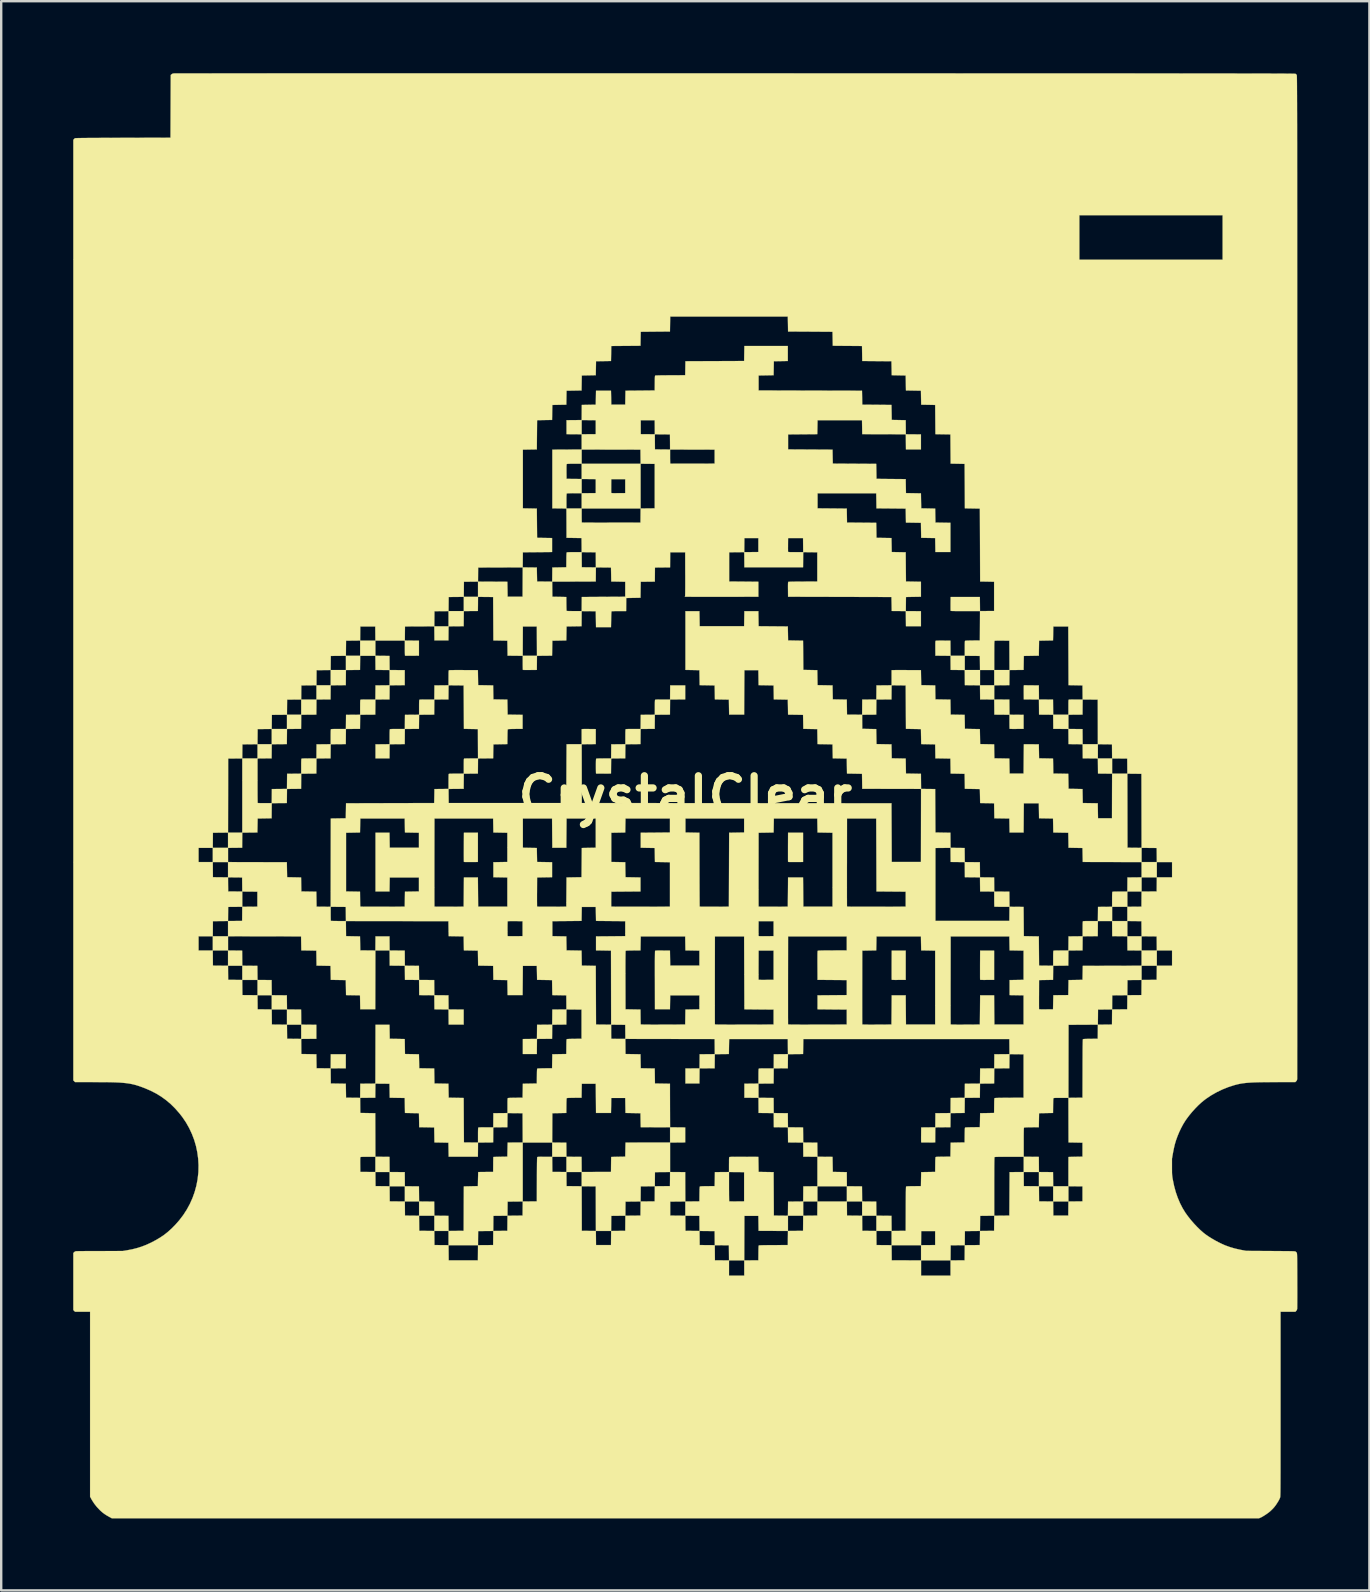
<source format=kicad_pcb>
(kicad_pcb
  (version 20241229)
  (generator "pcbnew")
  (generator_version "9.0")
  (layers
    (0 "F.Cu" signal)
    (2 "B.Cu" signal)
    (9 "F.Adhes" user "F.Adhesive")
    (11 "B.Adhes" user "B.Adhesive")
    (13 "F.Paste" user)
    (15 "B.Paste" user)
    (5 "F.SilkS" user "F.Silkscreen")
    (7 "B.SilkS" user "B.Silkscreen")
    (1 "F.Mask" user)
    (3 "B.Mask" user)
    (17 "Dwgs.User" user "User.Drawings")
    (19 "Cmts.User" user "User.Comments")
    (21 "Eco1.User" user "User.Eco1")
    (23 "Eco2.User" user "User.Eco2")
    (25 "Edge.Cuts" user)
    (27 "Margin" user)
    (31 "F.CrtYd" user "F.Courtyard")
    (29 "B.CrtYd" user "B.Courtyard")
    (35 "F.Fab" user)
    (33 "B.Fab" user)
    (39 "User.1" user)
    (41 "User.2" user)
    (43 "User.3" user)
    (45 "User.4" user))
  (footprint "CrystalClear"
    (layer "F.Cu")
    (at 25.5 30.102)
    (property "Reference" "CrystalClear" (at 0 0 180) (layer "F.SilkS") (effects (font (size 1.524 1.524) (thickness 0.3))))
    (attr through_hole)
    (fp_poly (pts (xy 2.439 8.916) (xy 3.051 8.919) (xy 3.662 8.922) (xy 3.662 9.514) (xy 1.249 9.514) (xy 1.249 5.874) (xy 2.434 5.874) (xy 2.439 8.916)) (stroke (width 0.01) (type solid)) (fill yes) (layer "F.Mask"))
    (fp_poly (pts (xy 7.938 2.463) (xy 7.938 2.64) (xy 7.938 2.811) (xy 7.938 2.976) (xy 7.938 3.132) (xy 7.939 3.279) (xy 7.939 3.416) (xy 7.94 3.541) (xy 7.94 3.653) (xy 7.941 3.751) (xy 7.941 3.834) (xy 7.942 3.9) (xy 7.943 3.949) (xy 7.944 3.978) (xy 7.944 3.987) (xy 7.951 4.011) (xy 9.165 4.011) (xy 9.165 4.604) (xy 6.752 4.604) (xy 6.752 0.963) (xy 7.938 0.963) (xy 7.938 2.463)) (stroke (width 0.01) (type solid)) (fill yes) (layer "F.Mask"))
    (fp_poly (pts (xy 2.434 1.513) (xy 2.133 1.513) (xy 2.044 1.514) (xy 1.973 1.514) (xy 1.919 1.515) (xy 1.88 1.517) (xy 1.852 1.519) (xy 1.833 1.522) (xy 1.821 1.526) (xy 1.816 1.53) (xy 1.813 1.534) (xy 1.811 1.541) (xy 1.81 1.553) (xy 1.808 1.57) (xy 1.806 1.593) (xy 1.805 1.624) (xy 1.804 1.664) (xy 1.803 1.713) (xy 1.802 1.772) (xy 1.801 1.843) (xy 1.801 1.927) (xy 1.8 2.024) (xy 1.8 2.135) (xy 1.8 2.262) (xy 1.799 2.406) (xy 1.799 2.567) (xy 1.799 2.746) (xy 1.799 2.945) (xy 1.799 3.075) (xy 1.799 4.604) (xy 0.614 4.604) (xy 0.614 3.065) (xy 0.614 2.853) (xy 0.614 2.661) (xy 0.614 2.489) (xy 0.614 2.334) (xy 0.613 2.197) (xy 0.613 2.076) (xy 0.613 1.97) (xy 0.612 1.879) (xy 0.611 1.8) (xy 0.611 1.734) (xy 0.61 1.679) (xy 0.609 1.634) (xy 0.608 1.598) (xy 0.606 1.57) (xy 0.605 1.55) (xy 0.603 1.535) (xy 0.601 1.526) (xy 0.599 1.521) (xy 0.597 1.52) (xy 0.582 1.518) (xy 0.549 1.517) (xy 0.501 1.515) (xy 0.441 1.514) (xy 0.371 1.514) (xy 0.301 1.513) (xy 0.021 1.513) (xy 0.021 0.963) (xy 2.434 0.963) (xy 2.434 1.513)) (stroke (width 0.01) (type solid)) (fill yes) (layer "F.Mask"))
    (fp_poly (pts (xy -0.656 1.513) (xy -1.257 1.513) (xy -1.394 1.514) (xy -1.51 1.514) (xy -1.608 1.515) (xy -1.688 1.515) (xy -1.752 1.517) (xy -1.801 1.518) (xy -1.836 1.52) (xy -1.859 1.523) (xy -1.87 1.525) (xy -1.871 1.526) (xy -1.875 1.54) (xy -1.878 1.572) (xy -1.881 1.619) (xy -1.883 1.677) (xy -1.884 1.744) (xy -1.885 1.815) (xy -1.885 1.888) (xy -1.884 1.959) (xy -1.883 2.026) (xy -1.881 2.084) (xy -1.878 2.131) (xy -1.875 2.163) (xy -1.871 2.178) (xy -1.871 2.178) (xy -1.86 2.182) (xy -1.836 2.185) (xy -1.797 2.188) (xy -1.741 2.189) (xy -1.667 2.19) (xy -1.574 2.191) (xy -1.57 2.191) (xy -1.281 2.191) (xy -1.281 2.783) (xy -0.656 2.783) (xy -0.656 4.604) (xy -3.069 4.604) (xy -3.069 4.011) (xy -2.458 4.009) (xy -1.847 4.006) (xy -1.847 3.381) (xy -2.162 3.379) (xy -2.477 3.376) (xy -2.477 3.065) (xy -2.477 2.975) (xy -2.477 2.903) (xy -2.478 2.849) (xy -2.479 2.809) (xy -2.481 2.781) (xy -2.484 2.763) (xy -2.488 2.753) (xy -2.492 2.748) (xy -2.493 2.748) (xy -2.508 2.746) (xy -2.541 2.744) (xy -2.589 2.743) (xy -2.649 2.742) (xy -2.719 2.741) (xy -2.79 2.741) (xy -3.069 2.741) (xy -3.069 1.556) (xy -2.775 1.553) (xy -2.482 1.55) (xy -2.479 1.257) (xy -2.476 0.963) (xy -0.656 0.963) (xy -0.656 1.513)) (stroke (width 0.01) (type solid)) (fill yes) (layer "F.Mask"))
    (fp_poly (pts (xy -5.567 1.564) (xy -5.566 1.675) (xy -5.566 1.78) (xy -5.565 1.876) (xy -5.564 1.963) (xy -5.563 2.038) (xy -5.562 2.098) (xy -5.561 2.143) (xy -5.559 2.17) (xy -5.558 2.178) (xy -5.551 2.182) (xy -5.534 2.185) (xy -5.505 2.187) (xy -5.462 2.188) (xy -5.404 2.189) (xy -5.328 2.189) (xy -5.243 2.188) (xy -4.937 2.185) (xy -4.934 1.574) (xy -4.932 0.963) (xy -3.736 0.963) (xy -3.736 2.148) (xy -4.025 2.148) (xy -4.119 2.149) (xy -4.194 2.15) (xy -4.25 2.151) (xy -4.29 2.154) (xy -4.315 2.157) (xy -4.326 2.161) (xy -4.326 2.161) (xy -4.329 2.169) (xy -4.332 2.189) (xy -4.334 2.22) (xy -4.336 2.266) (xy -4.337 2.326) (xy -4.338 2.401) (xy -4.339 2.495) (xy -4.339 2.606) (xy -4.339 2.737) (xy -4.339 2.775) (xy -4.339 3.376) (xy -4.649 3.379) (xy -4.958 3.381) (xy -4.961 3.993) (xy -4.964 4.604) (xy -6.16 4.604) (xy -6.16 3.419) (xy -5.53 3.413) (xy -5.527 3.086) (xy -5.526 2.989) (xy -5.526 2.912) (xy -5.527 2.852) (xy -5.528 2.808) (xy -5.53 2.777) (xy -5.533 2.759) (xy -5.537 2.75) (xy -5.538 2.75) (xy -5.551 2.748) (xy -5.583 2.746) (xy -5.631 2.744) (xy -5.691 2.743) (xy -5.762 2.742) (xy -5.839 2.741) (xy -5.855 2.741) (xy -6.159 2.741) (xy -6.162 2.447) (xy -6.165 2.154) (xy -6.458 2.151) (xy -6.752 2.148) (xy -6.752 0.963) (xy -5.567 0.963) (xy -5.567 1.564)) (stroke (width 0.01) (type solid)) (fill yes) (layer "F.Mask"))
    (fp_poly (pts (xy -0.019 6.167) (xy -0.016 6.461) (xy 0.278 6.464) (xy 0.572 6.467) (xy 0.572 7.059) (xy -0.614 7.059) (xy -0.614 6.437) (xy -0.638 6.431) (xy -0.655 6.429) (xy -0.69 6.427) (xy -0.739 6.426) (xy -0.798 6.425) (xy -0.865 6.425) (xy -0.936 6.424) (xy -1.008 6.424) (xy -1.077 6.425) (xy -1.14 6.426) (xy -1.193 6.427) (xy -1.234 6.428) (xy -1.259 6.43) (xy -1.264 6.431) (xy -1.266 6.433) (xy -1.269 6.439) (xy -1.271 6.449) (xy -1.272 6.466) (xy -1.274 6.489) (xy -1.275 6.52) (xy -1.277 6.56) (xy -1.278 6.611) (xy -1.278 6.672) (xy -1.279 6.747) (xy -1.279 6.834) (xy -1.28 6.937) (xy -1.28 7.055) (xy -1.28 7.19) (xy -1.281 7.342) (xy -1.281 7.514) (xy -1.281 7.679) (xy -1.281 8.922) (xy -0.95 8.919) (xy -0.619 8.916) (xy -0.616 8.623) (xy -0.613 8.329) (xy 0.572 8.329) (xy 0.572 8.879) (xy 0.296 8.879) (xy 0.207 8.88) (xy 0.131 8.881) (xy 0.071 8.883) (xy 0.028 8.886) (xy 0.003 8.889) (xy -0.001 8.89) (xy -0.007 8.894) (xy -0.011 8.901) (xy -0.015 8.913) (xy -0.017 8.932) (xy -0.019 8.961) (xy -0.02 9.002) (xy -0.021 9.058) (xy -0.021 9.13) (xy -0.021 9.208) (xy -0.021 9.514) (xy -1.841 9.514) (xy -1.841 8.892) (xy -1.865 8.886) (xy -1.882 8.884) (xy -1.917 8.883) (xy -1.967 8.882) (xy -2.029 8.881) (xy -2.1 8.88) (xy -2.178 8.88) (xy -2.183 8.88) (xy -2.477 8.879) (xy -2.477 6.467) (xy -1.847 6.461) (xy -1.844 6.167) (xy -1.841 5.874) (xy -0.022 5.874) (xy -0.019 6.167)) (stroke (width 0.01) (type solid)) (fill yes) (layer "F.Mask"))
    (fp_poly (pts (xy 6.71 6.424) (xy 6.113 6.424) (xy 5.984 6.424) (xy 5.874 6.424) (xy 5.783 6.425) (xy 5.708 6.425) (xy 5.647 6.426) (xy 5.6 6.427) (xy 5.564 6.429) (xy 5.537 6.431) (xy 5.519 6.433) (xy 5.507 6.436) (xy 5.501 6.439) (xy 5.499 6.441) (xy 5.495 6.446) (xy 5.492 6.456) (xy 5.49 6.471) (xy 5.488 6.494) (xy 5.486 6.526) (xy 5.485 6.569) (xy 5.484 6.623) (xy 5.483 6.692) (xy 5.483 6.777) (xy 5.482 6.878) (xy 5.482 6.999) (xy 5.482 7.059) (xy 5.482 7.17) (xy 5.483 7.275) (xy 5.483 7.373) (xy 5.484 7.46) (xy 5.485 7.535) (xy 5.486 7.596) (xy 5.487 7.642) (xy 5.488 7.669) (xy 5.489 7.677) (xy 5.492 7.681) (xy 5.499 7.684) (xy 5.512 7.686) (xy 5.532 7.689) (xy 5.561 7.69) (xy 5.601 7.692) (xy 5.653 7.693) (xy 5.719 7.693) (xy 5.8 7.694) (xy 5.897 7.694) (xy 6.014 7.694) (xy 6.102 7.694) (xy 6.71 7.694) (xy 6.71 8.287) (xy 6.107 8.287) (xy 5.979 8.287) (xy 5.87 8.287) (xy 5.779 8.287) (xy 5.705 8.288) (xy 5.645 8.288) (xy 5.598 8.289) (xy 5.562 8.29) (xy 5.536 8.292) (xy 5.518 8.294) (xy 5.506 8.297) (xy 5.499 8.3) (xy 5.495 8.304) (xy 5.493 8.307) (xy 5.49 8.323) (xy 5.488 8.356) (xy 5.486 8.403) (xy 5.484 8.461) (xy 5.483 8.527) (xy 5.482 8.597) (xy 5.482 8.667) (xy 5.482 8.734) (xy 5.483 8.794) (xy 5.484 8.845) (xy 5.486 8.883) (xy 5.488 8.903) (xy 5.489 8.905) (xy 5.492 8.909) (xy 5.499 8.912) (xy 5.512 8.914) (xy 5.532 8.916) (xy 5.561 8.918) (xy 5.601 8.919) (xy 5.653 8.92) (xy 5.719 8.921) (xy 5.8 8.921) (xy 5.897 8.922) (xy 6.014 8.922) (xy 6.102 8.922) (xy 6.71 8.922) (xy 6.71 9.514) (xy 4.297 9.514) (xy 4.297 5.874) (xy 6.71 5.874) (xy 6.71 6.424)) (stroke (width 0.01) (type solid)) (fill yes) (layer "F.Mask"))
    (fp_poly (pts (xy -11.705 1.243) (xy -11.705 1.318) (xy -11.704 1.387) (xy -11.703 1.447) (xy -11.702 1.494) (xy -11.7 1.526) (xy -11.699 1.539) (xy -11.695 1.544) (xy -11.685 1.548) (xy -11.669 1.551) (xy -11.642 1.553) (xy -11.603 1.554) (xy -11.549 1.555) (xy -11.479 1.556) (xy -11.402 1.556) (xy -11.113 1.556) (xy -11.113 2.148) (xy -12.298 2.148) (xy -12.298 1.837) (xy -12.298 1.747) (xy -12.298 1.676) (xy -12.299 1.621) (xy -12.301 1.581) (xy -12.303 1.553) (xy -12.305 1.535) (xy -12.309 1.525) (xy -12.314 1.52) (xy -12.315 1.52) (xy -12.329 1.518) (xy -12.362 1.517) (xy -12.41 1.515) (xy -12.471 1.514) (xy -12.541 1.514) (xy -12.618 1.513) (xy -12.62 1.513) (xy -12.71 1.514) (xy -12.78 1.514) (xy -12.834 1.516) (xy -12.872 1.517) (xy -12.899 1.52) (xy -12.914 1.524) (xy -12.921 1.528) (xy -12.923 1.536) (xy -12.925 1.558) (xy -12.926 1.593) (xy -12.927 1.642) (xy -12.929 1.706) (xy -12.929 1.786) (xy -12.93 1.882) (xy -12.931 1.995) (xy -12.931 2.126) (xy -12.931 2.276) (xy -12.931 2.445) (xy -12.931 2.634) (xy -12.93 2.774) (xy -12.928 4.006) (xy -12.303 4.006) (xy -12.3 3.712) (xy -12.297 3.418) (xy -11.113 3.418) (xy -11.113 3.969) (xy -11.388 3.969) (xy -11.477 3.969) (xy -11.553 3.97) (xy -11.613 3.972) (xy -11.656 3.975) (xy -11.681 3.978) (xy -11.685 3.98) (xy -11.691 3.984) (xy -11.695 3.991) (xy -11.699 4.002) (xy -11.701 4.022) (xy -11.703 4.05) (xy -11.704 4.091) (xy -11.705 4.147) (xy -11.705 4.219) (xy -11.705 4.297) (xy -11.705 4.604) (xy -13.525 4.604) (xy -13.525 4.293) (xy -13.526 4.202) (xy -13.526 4.131) (xy -13.527 4.076) (xy -13.528 4.036) (xy -13.53 4.008) (xy -13.533 3.99) (xy -13.537 3.98) (xy -13.541 3.976) (xy -13.542 3.975) (xy -13.557 3.973) (xy -13.59 3.972) (xy -13.638 3.971) (xy -13.698 3.97) (xy -13.768 3.969) (xy -13.839 3.969) (xy -14.118 3.969) (xy -14.118 1.556) (xy -13.824 1.553) (xy -13.531 1.55) (xy -13.528 1.257) (xy -13.525 0.963) (xy -11.705 0.963) (xy -11.705 1.243)) (stroke (width 0.01) (type solid)) (fill yes) (layer "F.Mask"))
    (fp_poly (pts (xy 9.8 6.153) (xy 9.8 6.229) (xy 9.801 6.298) (xy 9.802 6.358) (xy 9.803 6.405) (xy 9.805 6.437) (xy 9.807 6.45) (xy 9.811 6.455) (xy 9.82 6.459) (xy 9.837 6.462) (xy 9.863 6.464) (xy 9.902 6.465) (xy 9.956 6.466) (xy 10.026 6.466) (xy 10.103 6.466) (xy 10.393 6.466) (xy 10.393 9.514) (xy 9.207 9.514) (xy 9.207 8.907) (xy 9.207 8.777) (xy 9.207 8.667) (xy 9.207 8.575) (xy 9.206 8.5) (xy 9.206 8.439) (xy 9.205 8.391) (xy 9.203 8.355) (xy 9.201 8.329) (xy 9.199 8.311) (xy 9.196 8.3) (xy 9.193 8.295) (xy 9.191 8.293) (xy 9.176 8.291) (xy 9.143 8.29) (xy 9.095 8.289) (xy 9.034 8.288) (xy 8.964 8.287) (xy 8.888 8.287) (xy 8.886 8.287) (xy 8.792 8.287) (xy 8.717 8.288) (xy 8.661 8.29) (xy 8.621 8.292) (xy 8.597 8.295) (xy 8.585 8.299) (xy 8.585 8.299) (xy 8.582 8.308) (xy 8.58 8.327) (xy 8.578 8.359) (xy 8.576 8.404) (xy 8.575 8.464) (xy 8.574 8.54) (xy 8.573 8.633) (xy 8.573 8.744) (xy 8.573 8.876) (xy 8.572 8.913) (xy 8.572 9.514) (xy 7.387 9.514) (xy 7.387 7.053) (xy 8.572 7.053) (xy 8.573 7.165) (xy 8.573 7.271) (xy 8.573 7.369) (xy 8.574 7.456) (xy 8.575 7.532) (xy 8.576 7.594) (xy 8.577 7.64) (xy 8.578 7.669) (xy 8.579 7.678) (xy 8.583 7.682) (xy 8.591 7.686) (xy 8.607 7.689) (xy 8.632 7.691) (xy 8.669 7.692) (xy 8.719 7.693) (xy 8.786 7.692) (xy 8.87 7.692) (xy 8.894 7.692) (xy 9.202 7.689) (xy 9.205 7.063) (xy 9.208 6.437) (xy 9.184 6.431) (xy 9.164 6.428) (xy 9.127 6.426) (xy 9.076 6.425) (xy 9.016 6.424) (xy 8.949 6.424) (xy 8.879 6.424) (xy 8.81 6.425) (xy 8.745 6.426) (xy 8.687 6.428) (xy 8.64 6.43) (xy 8.608 6.432) (xy 8.593 6.435) (xy 8.589 6.438) (xy 8.585 6.443) (xy 8.582 6.451) (xy 8.579 6.465) (xy 8.577 6.485) (xy 8.576 6.514) (xy 8.575 6.553) (xy 8.574 6.604) (xy 8.573 6.668) (xy 8.573 6.747) (xy 8.573 6.843) (xy 8.573 6.958) (xy 8.572 7.053) (xy 7.387 7.053) (xy 7.387 6.467) (xy 7.681 6.464) (xy 7.975 6.461) (xy 7.977 6.167) (xy 7.98 5.874) (xy 9.8 5.874) (xy 9.8 6.153)) (stroke (width 0.01) (type solid)) (fill yes) (layer "F.Mask"))
    (fp_poly (pts (xy 5.482 1.243) (xy 5.482 1.318) (xy 5.483 1.387) (xy 5.484 1.447) (xy 5.485 1.494) (xy 5.487 1.526) (xy 5.489 1.539) (xy 5.492 1.544) (xy 5.502 1.548) (xy 5.518 1.551) (xy 5.544 1.553) (xy 5.582 1.554) (xy 5.634 1.555) (xy 5.702 1.556) (xy 5.788 1.556) (xy 5.806 1.556) (xy 6.117 1.556) (xy 6.117 4.604) (xy 4.932 4.604) (xy 4.932 3.996) (xy 4.932 3.867) (xy 4.932 3.757) (xy 4.931 3.665) (xy 4.931 3.589) (xy 4.93 3.528) (xy 4.929 3.48) (xy 4.927 3.444) (xy 4.926 3.418) (xy 4.923 3.401) (xy 4.921 3.39) (xy 4.918 3.384) (xy 4.915 3.383) (xy 4.901 3.381) (xy 4.868 3.379) (xy 4.819 3.378) (xy 4.758 3.377) (xy 4.687 3.376) (xy 4.609 3.376) (xy 4.587 3.376) (xy 4.498 3.376) (xy 4.427 3.376) (xy 4.373 3.377) (xy 4.334 3.378) (xy 4.306 3.38) (xy 4.287 3.383) (xy 4.276 3.386) (xy 4.269 3.391) (xy 4.265 3.397) (xy 4.263 3.412) (xy 4.26 3.449) (xy 4.258 3.507) (xy 4.257 3.584) (xy 4.256 3.682) (xy 4.255 3.799) (xy 4.255 3.935) (xy 4.255 4.01) (xy 4.255 4.604) (xy 3.069 4.604) (xy 3.069 2.148) (xy 4.255 2.148) (xy 4.255 2.26) (xy 4.255 2.365) (xy 4.255 2.462) (xy 4.256 2.549) (xy 4.257 2.624) (xy 4.258 2.686) (xy 4.259 2.731) (xy 4.26 2.759) (xy 4.261 2.767) (xy 4.265 2.772) (xy 4.273 2.775) (xy 4.288 2.778) (xy 4.313 2.78) (xy 4.348 2.781) (xy 4.397 2.782) (xy 4.462 2.782) (xy 4.545 2.781) (xy 4.597 2.781) (xy 4.927 2.778) (xy 4.929 2.154) (xy 4.93 2.018) (xy 4.93 1.902) (xy 4.93 1.804) (xy 4.93 1.724) (xy 4.929 1.659) (xy 4.928 1.608) (xy 4.926 1.57) (xy 4.924 1.545) (xy 4.922 1.529) (xy 4.919 1.522) (xy 4.919 1.522) (xy 4.905 1.52) (xy 4.873 1.518) (xy 4.825 1.516) (xy 4.765 1.515) (xy 4.694 1.514) (xy 4.617 1.514) (xy 4.597 1.514) (xy 4.506 1.514) (xy 4.434 1.514) (xy 4.379 1.515) (xy 4.338 1.516) (xy 4.309 1.519) (xy 4.29 1.522) (xy 4.278 1.525) (xy 4.271 1.53) (xy 4.268 1.535) (xy 4.265 1.545) (xy 4.262 1.56) (xy 4.26 1.583) (xy 4.258 1.615) (xy 4.257 1.658) (xy 4.256 1.713) (xy 4.255 1.782) (xy 4.255 1.866) (xy 4.255 1.968) (xy 4.255 2.088) (xy 4.255 2.148) (xy 3.069 2.148) (xy 3.069 1.556) (xy 3.384 1.553) (xy 3.699 1.55) (xy 3.702 1.257) (xy 3.705 0.963) (xy 5.482 0.963) (xy 5.482 1.243)) (stroke (width 0.01) (type solid)) (fill yes) (layer "F.Mask"))
    (fp_poly (pts (xy -8.022 1.243) (xy -8.022 1.318) (xy -8.021 1.387) (xy -8.02 1.447) (xy -8.019 1.494) (xy -8.017 1.526) (xy -8.016 1.539) (xy -8.012 1.544) (xy -8.002 1.548) (xy -7.986 1.551) (xy -7.959 1.553) (xy -7.92 1.554) (xy -7.866 1.555) (xy -7.796 1.556) (xy -7.719 1.556) (xy -7.429 1.556) (xy -7.429 2.741) (xy -7.713 2.741) (xy -7.806 2.741) (xy -7.88 2.742) (xy -7.936 2.744) (xy -7.975 2.746) (xy -7.999 2.75) (xy -8.009 2.754) (xy -8.013 2.764) (xy -8.017 2.788) (xy -8.019 2.826) (xy -8.021 2.881) (xy -8.022 2.953) (xy -8.022 3.044) (xy -8.022 3.076) (xy -8.022 3.155) (xy -8.021 3.228) (xy -8.02 3.292) (xy -8.019 3.344) (xy -8.018 3.381) (xy -8.016 3.4) (xy -8.016 3.402) (xy -8.012 3.407) (xy -8.002 3.411) (xy -7.986 3.414) (xy -7.959 3.416) (xy -7.92 3.417) (xy -7.866 3.418) (xy -7.796 3.418) (xy -7.719 3.418) (xy -7.429 3.418) (xy -7.429 4.604) (xy -8.615 4.604) (xy -8.617 3.993) (xy -8.62 3.381) (xy -8.92 3.379) (xy -9.019 3.378) (xy -9.098 3.378) (xy -9.157 3.379) (xy -9.2 3.381) (xy -9.225 3.384) (xy -9.235 3.388) (xy -9.238 3.394) (xy -9.241 3.406) (xy -9.243 3.427) (xy -9.245 3.457) (xy -9.247 3.499) (xy -9.248 3.554) (xy -9.249 3.623) (xy -9.249 3.708) (xy -9.25 3.81) (xy -9.25 3.931) (xy -9.25 4.002) (xy -9.25 4.604) (xy -10.435 4.604) (xy -10.435 2.144) (xy -9.25 2.144) (xy -9.25 2.256) (xy -9.249 2.362) (xy -9.249 2.459) (xy -9.248 2.547) (xy -9.247 2.622) (xy -9.246 2.684) (xy -9.245 2.73) (xy -9.244 2.758) (xy -9.243 2.767) (xy -9.24 2.772) (xy -9.231 2.776) (xy -9.215 2.778) (xy -9.19 2.78) (xy -9.154 2.781) (xy -9.103 2.782) (xy -9.037 2.782) (xy -8.952 2.781) (xy -8.928 2.781) (xy -8.62 2.778) (xy -8.617 2.154) (xy -8.617 2.018) (xy -8.617 1.902) (xy -8.617 1.804) (xy -8.617 1.724) (xy -8.618 1.659) (xy -8.619 1.608) (xy -8.621 1.57) (xy -8.622 1.545) (xy -8.625 1.529) (xy -8.628 1.522) (xy -8.628 1.522) (xy -8.643 1.519) (xy -8.676 1.517) (xy -8.723 1.515) (xy -8.781 1.514) (xy -8.846 1.513) (xy -8.916 1.513) (xy -8.986 1.514) (xy -9.053 1.515) (xy -9.115 1.516) (xy -9.168 1.519) (xy -9.208 1.521) (xy -9.232 1.524) (xy -9.237 1.526) (xy -9.24 1.534) (xy -9.242 1.554) (xy -9.245 1.585) (xy -9.246 1.63) (xy -9.248 1.69) (xy -9.249 1.766) (xy -9.249 1.859) (xy -9.25 1.97) (xy -9.25 2.101) (xy -9.25 2.144) (xy -10.435 2.144) (xy -10.435 0.963) (xy -8.022 0.963) (xy -8.022 1.243)) (stroke (width 0.01) (type solid)) (fill yes) (layer "F.Mask"))
    (fp_poly (pts (xy 13.483 6.153) (xy 13.483 6.229) (xy 13.484 6.298) (xy 13.485 6.358) (xy 13.486 6.405) (xy 13.488 6.437) (xy 13.49 6.45) (xy 13.494 6.455) (xy 13.503 6.459) (xy 13.52 6.462) (xy 13.546 6.464) (xy 13.585 6.465) (xy 13.639 6.466) (xy 13.709 6.466) (xy 13.786 6.466) (xy 14.076 6.466) (xy 14.076 7.652) (xy 13.8 7.652) (xy 13.711 7.652) (xy 13.635 7.653) (xy 13.575 7.655) (xy 13.532 7.658) (xy 13.507 7.661) (xy 13.504 7.663) (xy 13.498 7.667) (xy 13.493 7.673) (xy 13.49 7.685) (xy 13.487 7.704) (xy 13.485 7.733) (xy 13.484 7.774) (xy 13.483 7.829) (xy 13.483 7.9) (xy 13.483 7.985) (xy 13.483 8.064) (xy 13.484 8.138) (xy 13.485 8.202) (xy 13.486 8.254) (xy 13.488 8.291) (xy 13.489 8.31) (xy 13.49 8.312) (xy 13.494 8.317) (xy 13.503 8.321) (xy 13.52 8.324) (xy 13.546 8.326) (xy 13.585 8.328) (xy 13.639 8.329) (xy 13.709 8.329) (xy 13.786 8.329) (xy 14.076 8.329) (xy 14.076 9.514) (xy 12.89 9.514) (xy 12.89 8.907) (xy 12.89 8.777) (xy 12.89 8.667) (xy 12.89 8.575) (xy 12.889 8.5) (xy 12.889 8.439) (xy 12.888 8.391) (xy 12.886 8.355) (xy 12.884 8.329) (xy 12.882 8.311) (xy 12.879 8.3) (xy 12.876 8.295) (xy 12.874 8.293) (xy 12.859 8.291) (xy 12.826 8.29) (xy 12.778 8.289) (xy 12.717 8.288) (xy 12.647 8.287) (xy 12.571 8.287) (xy 12.569 8.287) (xy 12.475 8.287) (xy 12.4 8.288) (xy 12.344 8.29) (xy 12.304 8.292) (xy 12.28 8.295) (xy 12.268 8.299) (xy 12.268 8.299) (xy 12.265 8.308) (xy 12.263 8.327) (xy 12.261 8.359) (xy 12.259 8.404) (xy 12.258 8.464) (xy 12.257 8.54) (xy 12.256 8.633) (xy 12.256 8.744) (xy 12.256 8.876) (xy 12.255 8.913) (xy 12.255 9.514) (xy 11.07 9.514) (xy 11.07 7.053) (xy 12.255 7.053) (xy 12.256 7.165) (xy 12.256 7.271) (xy 12.256 7.369) (xy 12.257 7.456) (xy 12.258 7.532) (xy 12.259 7.594) (xy 12.26 7.64) (xy 12.261 7.669) (xy 12.262 7.678) (xy 12.266 7.682) (xy 12.274 7.686) (xy 12.29 7.689) (xy 12.315 7.691) (xy 12.352 7.692) (xy 12.402 7.693) (xy 12.469 7.692) (xy 12.553 7.692) (xy 12.577 7.692) (xy 12.885 7.689) (xy 12.888 7.063) (xy 12.891 6.437) (xy 12.867 6.431) (xy 12.847 6.428) (xy 12.81 6.426) (xy 12.759 6.425) (xy 12.699 6.424) (xy 12.632 6.424) (xy 12.562 6.424) (xy 12.493 6.425) (xy 12.428 6.426) (xy 12.37 6.428) (xy 12.323 6.43) (xy 12.291 6.432) (xy 12.276 6.435) (xy 12.272 6.438) (xy 12.268 6.443) (xy 12.265 6.451) (xy 12.262 6.465) (xy 12.26 6.485) (xy 12.259 6.514) (xy 12.258 6.553) (xy 12.257 6.604) (xy 12.256 6.668) (xy 12.256 6.747) (xy 12.256 6.843) (xy 12.256 6.958) (xy 12.255 7.053) (xy 11.07 7.053) (xy 11.07 5.874) (xy 13.483 5.874) (xy 13.483 6.153)) (stroke (width 0.01) (type solid)) (fill yes) (layer "F.Mask"))
    (fp_poly (pts (xy -14.145 11.351) (xy -14.46 11.353) (xy -14.775 11.356) (xy -14.772 11.062) (xy -14.769 10.769) (xy -14.145 10.769) (xy -14.145 11.351)) (stroke (width 0.01) (type solid)) (fill yes) (layer "F.SilkS"))
    (fp_poly (pts (xy -11.39 -6.464) (xy -11.097 -6.461) (xy -11.097 -5.837) (xy -11.383 -5.834) (xy -11.459 -5.833) (xy -11.528 -5.833) (xy -11.587 -5.834) (xy -11.633 -5.835) (xy -11.664 -5.836) (xy -11.677 -5.838) (xy -11.677 -5.838) (xy -11.679 -5.85) (xy -11.68 -5.881) (xy -11.682 -5.927) (xy -11.683 -5.986) (xy -11.684 -6.056) (xy -11.684 -6.134) (xy -11.684 -6.156) (xy -11.684 -6.467) (xy -11.39 -6.464)) (stroke (width 0.01) (type solid)) (fill yes) (layer "F.SilkS"))
    (fp_poly (pts (xy -8.641 2.757) (xy -8.93 2.76) (xy -9.02 2.76) (xy -9.09 2.76) (xy -9.144 2.76) (xy -9.182 2.758) (xy -9.207 2.756) (xy -9.22 2.752) (xy -9.224 2.749) (xy -9.225 2.736) (xy -9.225 2.704) (xy -9.226 2.655) (xy -9.226 2.59) (xy -9.227 2.512) (xy -9.227 2.423) (xy -9.227 2.324) (xy -9.226 2.217) (xy -9.226 2.138) (xy -9.223 1.54) (xy -8.641 1.54) (xy -8.641 2.757)) (stroke (width 0.01) (type solid)) (fill yes) (layer "F.SilkS"))
    (fp_poly (pts (xy 9.181 7.668) (xy 8.892 7.67) (xy 8.803 7.671) (xy 8.732 7.671) (xy 8.678 7.67) (xy 8.64 7.669) (xy 8.616 7.666) (xy 8.602 7.663) (xy 8.599 7.66) (xy 8.598 7.647) (xy 8.597 7.615) (xy 8.596 7.566) (xy 8.596 7.501) (xy 8.596 7.423) (xy 8.596 7.334) (xy 8.596 7.235) (xy 8.596 7.128) (xy 8.596 7.048) (xy 8.599 6.451) (xy 9.181 6.451) (xy 9.181 7.668)) (stroke (width 0.01) (type solid)) (fill yes) (layer "F.SilkS"))
    (fp_poly (pts (xy 12.864 7.668) (xy 12.575 7.67) (xy 12.486 7.671) (xy 12.415 7.671) (xy 12.361 7.67) (xy 12.323 7.669) (xy 12.299 7.666) (xy 12.285 7.663) (xy 12.282 7.66) (xy 12.281 7.647) (xy 12.28 7.615) (xy 12.279 7.566) (xy 12.279 7.501) (xy 12.279 7.423) (xy 12.279 7.334) (xy 12.279 7.235) (xy 12.279 7.128) (xy 12.279 7.048) (xy 12.282 6.451) (xy 12.864 6.451) (xy 12.864 7.668)) (stroke (width 0.01) (type solid)) (fill yes) (layer "F.SilkS"))
    (fp_poly (pts (xy 4.905 2.757) (xy 4.596 2.76) (xy 4.502 2.76) (xy 4.428 2.76) (xy 4.371 2.76) (xy 4.33 2.758) (xy 4.303 2.756) (xy 4.287 2.753) (xy 4.281 2.749) (xy 4.281 2.749) (xy 4.28 2.736) (xy 4.279 2.704) (xy 4.278 2.655) (xy 4.278 2.59) (xy 4.278 2.512) (xy 4.278 2.423) (xy 4.278 2.324) (xy 4.278 2.217) (xy 4.278 2.138) (xy 4.281 1.54) (xy 4.905 1.54) (xy 4.905 2.757)) (stroke (width 0.01) (type solid)) (fill yes) (layer "F.SilkS"))
    (fp_poly (pts (xy 12.274 -7.988) (xy 12.277 -7.694) (xy 11.668 -7.694) (xy 11.534 -7.694) (xy 11.42 -7.694) (xy 11.324 -7.695) (xy 11.245 -7.696) (xy 11.182 -7.697) (xy 11.133 -7.698) (xy 11.097 -7.7) (xy 11.073 -7.702) (xy 11.059 -7.705) (xy 11.054 -7.707) (xy 11.054 -7.707) (xy 11.053 -7.721) (xy 11.052 -7.753) (xy 11.051 -7.801) (xy 11.051 -7.86) (xy 11.051 -7.93) (xy 11.051 -8.001) (xy 11.054 -8.281) (xy 12.271 -8.281) (xy 12.274 -7.988)) (stroke (width 0.01) (type solid)) (fill yes) (layer "F.SilkS"))
    (fp_poly (pts (xy -1.863 -11.97) (xy -4.318 -11.97) (xy -4.318 -12.604) (xy -4.024 -12.607) (xy -3.731 -12.61) (xy -3.731 -12.768) (xy -3.089 -12.768) (xy -3.088 -12.708) (xy -3.088 -12.662) (xy -3.087 -12.631) (xy -3.085 -12.618) (xy -3.08 -12.614) (xy -3.064 -12.611) (xy -3.037 -12.608) (xy -2.997 -12.607) (xy -2.941 -12.606) (xy -2.867 -12.607) (xy -2.792 -12.607) (xy -2.503 -12.61) (xy -2.503 -13.192) (xy -3.085 -13.192) (xy -3.088 -12.912) (xy -3.088 -12.836) (xy -3.089 -12.768) (xy -3.731 -12.768) (xy -3.731 -13.192) (xy -4.024 -13.195) (xy -4.318 -13.198) (xy -4.318 -13.832) (xy -1.863 -13.832) (xy -1.863 -11.97)) (stroke (width 0.01) (type solid)) (fill yes) (layer "F.SilkS"))
    (fp_poly (pts (xy 11.343 2.172) (xy 11.636 2.175) (xy 11.639 2.468) (xy 11.642 2.762) (xy 11.957 2.765) (xy 12.271 2.768) (xy 12.277 3.397) (xy 12.864 3.403) (xy 12.867 3.696) (xy 12.87 3.99) (xy 13.499 3.995) (xy 13.502 4.31) (xy 13.505 4.625) (xy 13.194 4.625) (xy 13.115 4.625) (xy 13.043 4.624) (xy 12.98 4.623) (xy 12.93 4.622) (xy 12.895 4.62) (xy 12.878 4.618) (xy 12.876 4.618) (xy 12.875 4.606) (xy 12.873 4.575) (xy 12.872 4.529) (xy 12.87 4.47) (xy 12.87 4.4) (xy 12.869 4.323) (xy 12.869 4.301) (xy 12.869 3.99) (xy 12.576 3.987) (xy 12.282 3.985) (xy 12.279 3.691) (xy 12.276 3.398) (xy 11.647 3.392) (xy 11.641 2.763) (xy 11.348 2.76) (xy 11.054 2.757) (xy 11.051 2.463) (xy 11.049 2.169) (xy 11.343 2.172)) (stroke (width 0.01) (type solid)) (fill yes) (layer "F.SilkS"))
    (fp_poly (pts (xy 17.185 5.532) (xy 17.182 5.847) (xy 16.553 5.853) (xy 16.55 6.146) (xy 16.547 6.44) (xy 15.96 6.446) (xy 15.954 7.075) (xy 15.64 7.078) (xy 15.325 7.081) (xy 15.325 6.776) (xy 15.325 6.679) (xy 15.326 6.602) (xy 15.327 6.543) (xy 15.33 6.5) (xy 15.332 6.473) (xy 15.336 6.459) (xy 15.337 6.458) (xy 15.348 6.454) (xy 15.372 6.451) (xy 15.41 6.448) (xy 15.465 6.447) (xy 15.537 6.446) (xy 15.629 6.445) (xy 15.655 6.445) (xy 15.959 6.445) (xy 15.962 6.152) (xy 15.965 5.858) (xy 16.259 5.855) (xy 16.552 5.852) (xy 16.552 5.548) (xy 16.553 5.451) (xy 16.553 5.374) (xy 16.555 5.315) (xy 16.557 5.273) (xy 16.56 5.245) (xy 16.564 5.232) (xy 16.565 5.23) (xy 16.576 5.226) (xy 16.599 5.223) (xy 16.638 5.221) (xy 16.692 5.219) (xy 16.765 5.218) (xy 16.857 5.218) (xy 16.883 5.218) (xy 17.188 5.218) (xy 17.185 5.532)) (stroke (width 0.01) (type solid)) (fill yes) (layer "F.SilkS"))
    (fp_poly (pts (xy 13.502 11.057) (xy 13.499 11.351) (xy 12.87 11.356) (xy 12.864 11.986) (xy 12.571 11.988) (xy 12.277 11.991) (xy 12.274 12.285) (xy 12.271 12.578) (xy 11.642 12.584) (xy 11.636 13.213) (xy 11.343 13.216) (xy 11.049 13.219) (xy 11.047 13.512) (xy 11.044 13.806) (xy 10.414 13.812) (xy 10.409 14.441) (xy 10.12 14.444) (xy 10.03 14.444) (xy 9.96 14.444) (xy 9.907 14.444) (xy 9.869 14.442) (xy 9.844 14.44) (xy 9.83 14.437) (xy 9.826 14.433) (xy 9.825 14.419) (xy 9.824 14.387) (xy 9.823 14.34) (xy 9.823 14.279) (xy 9.823 14.209) (xy 9.824 14.132) (xy 9.824 14.118) (xy 9.827 13.817) (xy 10.414 13.811) (xy 10.419 13.224) (xy 10.734 13.221) (xy 11.049 13.218) (xy 11.051 12.904) (xy 11.054 12.589) (xy 11.348 12.586) (xy 11.641 12.583) (xy 11.644 12.29) (xy 11.647 11.996) (xy 12.276 11.991) (xy 12.282 11.361) (xy 12.575 11.358) (xy 12.869 11.356) (xy 12.872 11.062) (xy 12.875 10.769) (xy 13.19 10.766) (xy 13.505 10.763) (xy 13.502 11.057)) (stroke (width 0.01) (type solid)) (fill yes) (layer "F.SilkS"))
    (fp_poly (pts (xy 10.743 -6.464) (xy 11.044 -6.461) (xy 11.049 -5.831) (xy 11.642 -5.831) (xy 11.642 -5.239) (xy 12.277 -5.239) (xy 12.277 -4.604) (xy 12.869 -4.604) (xy 12.869 -5.239) (xy 13.505 -5.239) (xy 13.502 -4.924) (xy 13.499 -4.609) (xy 12.869 -4.603) (xy 12.869 -4.011) (xy 13.184 -4.009) (xy 13.499 -4.006) (xy 13.505 -3.376) (xy 13.798 -3.374) (xy 14.092 -3.371) (xy 14.092 -2.789) (xy 13.805 -2.786) (xy 13.729 -2.785) (xy 13.661 -2.785) (xy 13.602 -2.786) (xy 13.555 -2.787) (xy 13.524 -2.788) (xy 13.512 -2.79) (xy 13.512 -2.79) (xy 13.51 -2.802) (xy 13.508 -2.833) (xy 13.506 -2.879) (xy 13.505 -2.938) (xy 13.505 -3.006) (xy 13.504 -3.082) (xy 13.504 -3.087) (xy 13.504 -3.376) (xy 12.875 -3.381) (xy 12.872 -3.696) (xy 12.869 -4.011) (xy 12.575 -4.014) (xy 12.282 -4.016) (xy 12.279 -4.31) (xy 12.276 -4.603) (xy 11.647 -4.609) (xy 11.641 -5.238) (xy 11.348 -5.241) (xy 11.054 -5.244) (xy 11.051 -5.538) (xy 11.049 -5.831) (xy 10.419 -5.837) (xy 10.416 -6.14) (xy 10.416 -6.23) (xy 10.416 -6.302) (xy 10.416 -6.357) (xy 10.418 -6.398) (xy 10.42 -6.426) (xy 10.423 -6.443) (xy 10.427 -6.453) (xy 10.428 -6.455) (xy 10.441 -6.458) (xy 10.468 -6.461) (xy 10.511 -6.463) (xy 10.571 -6.464) (xy 10.65 -6.465) (xy 10.743 -6.464)) (stroke (width 0.01) (type solid)) (fill yes) (layer "F.SilkS"))
    (fp_poly (pts (xy -0.005 -4.016) (xy -0.635 -4.011) (xy -0.64 -3.381) (xy -1.27 -3.376) (xy -1.275 -2.789) (xy -1.569 -2.786) (xy -1.862 -2.783) (xy -1.868 -2.154) (xy -2.497 -2.148) (xy -2.5 -1.855) (xy -2.503 -1.561) (xy -3.09 -1.555) (xy -3.096 -0.926) (xy -3.403 -0.923) (xy -3.482 -0.923) (xy -3.554 -0.923) (xy -3.616 -0.923) (xy -3.665 -0.924) (xy -3.7 -0.926) (xy -3.717 -0.927) (xy -3.718 -0.928) (xy -3.72 -0.94) (xy -3.722 -0.97) (xy -3.723 -1.016) (xy -3.724 -1.075) (xy -3.725 -1.144) (xy -3.725 -1.221) (xy -3.725 -1.233) (xy -3.725 -1.328) (xy -3.724 -1.404) (xy -3.723 -1.462) (xy -3.72 -1.503) (xy -3.717 -1.53) (xy -3.713 -1.542) (xy -3.713 -1.543) (xy -3.702 -1.547) (xy -3.678 -1.55) (xy -3.64 -1.553) (xy -3.585 -1.554) (xy -3.513 -1.555) (xy -3.421 -1.556) (xy -3.395 -1.556) (xy -3.091 -1.556) (xy -3.088 -1.849) (xy -3.085 -2.143) (xy -2.791 -2.146) (xy -2.498 -2.149) (xy -2.498 -2.453) (xy -2.497 -2.55) (xy -2.497 -2.627) (xy -2.495 -2.686) (xy -2.493 -2.728) (xy -2.49 -2.756) (xy -2.486 -2.769) (xy -2.485 -2.771) (xy -2.474 -2.775) (xy -2.451 -2.778) (xy -2.412 -2.78) (xy -2.358 -2.782) (xy -2.285 -2.783) (xy -2.193 -2.783) (xy -2.168 -2.783) (xy -1.863 -2.783) (xy -1.86 -3.077) (xy -1.857 -3.371) (xy -1.564 -3.374) (xy -1.27 -3.376) (xy -1.27 -3.681) (xy -1.27 -3.778) (xy -1.269 -3.855) (xy -1.267 -3.914) (xy -1.265 -3.956) (xy -1.262 -3.983) (xy -1.258 -3.997) (xy -1.257 -3.998) (xy -1.247 -4.002) (xy -1.223 -4.006) (xy -1.185 -4.008) (xy -1.13 -4.01) (xy -1.057 -4.011) (xy -0.966 -4.011) (xy -0.94 -4.011) (xy -0.635 -4.011) (xy -0.633 -4.305) (xy -0.63 -4.598) (xy -0.005 -4.598) (xy -0.005 -4.016)) (stroke (width 0.01) (type solid)) (fill yes) (layer "F.SilkS"))
    (fp_poly (pts (xy -6.773 16.901) (xy -7.088 16.904) (xy -7.403 16.907) (xy -7.409 17.494) (xy -7.702 17.497) (xy -7.996 17.5) (xy -8.001 18.129) (xy -8.631 18.135) (xy -8.634 18.428) (xy -8.636 18.722) (xy -9.864 18.722) (xy -9.864 18.129) (xy -10.456 18.129) (xy -10.456 17.494) (xy -11.091 17.494) (xy -11.091 16.902) (xy -11.684 16.902) (xy -11.684 16.267) (xy -12.319 16.267) (xy -12.319 15.674) (xy -12.912 15.674) (xy -12.912 15.039) (xy -12.618 15.041) (xy -12.324 15.044) (xy -12.319 15.674) (xy -11.689 15.679) (xy -11.686 15.973) (xy -11.684 16.266) (xy -11.39 16.269) (xy -11.097 16.272) (xy -11.094 16.587) (xy -11.091 16.901) (xy -10.776 16.904) (xy -10.462 16.907) (xy -10.459 17.2) (xy -10.456 17.494) (xy -10.162 17.497) (xy -9.869 17.5) (xy -9.866 17.815) (xy -9.863 18.13) (xy -9.549 18.127) (xy -9.234 18.124) (xy -9.231 17.201) (xy -9.231 17.063) (xy -9.23 16.931) (xy -9.23 16.807) (xy -9.229 16.692) (xy -9.229 16.588) (xy -9.228 16.497) (xy -9.228 16.419) (xy -9.227 16.356) (xy -9.227 16.31) (xy -9.226 16.283) (xy -9.226 16.275) (xy -9.215 16.274) (xy -9.186 16.273) (xy -9.141 16.272) (xy -9.083 16.27) (xy -9.015 16.269) (xy -8.939 16.267) (xy -8.932 16.267) (xy -8.641 16.261) (xy -8.636 15.97) (xy -8.634 15.894) (xy -8.632 15.825) (xy -8.631 15.766) (xy -8.63 15.72) (xy -8.628 15.689) (xy -8.628 15.677) (xy -8.628 15.677) (xy -8.617 15.676) (xy -8.588 15.675) (xy -8.543 15.674) (xy -8.484 15.673) (xy -8.415 15.672) (xy -8.338 15.672) (xy -8.316 15.671) (xy -8.006 15.669) (xy -8.003 15.359) (xy -8.003 15.28) (xy -8.002 15.209) (xy -8.001 15.147) (xy -8 15.098) (xy -7.999 15.064) (xy -7.998 15.048) (xy -7.998 15.047) (xy -7.987 15.047) (xy -7.958 15.045) (xy -7.913 15.044) (xy -7.855 15.043) (xy -7.787 15.041) (xy -7.712 15.039) (xy -7.705 15.039) (xy -7.414 15.034) (xy -7.408 14.743) (xy -7.406 14.666) (xy -7.405 14.597) (xy -7.403 14.539) (xy -7.402 14.492) (xy -7.401 14.462) (xy -7.4 14.449) (xy -7.4 14.449) (xy -7.389 14.448) (xy -7.36 14.448) (xy -7.315 14.447) (xy -7.256 14.447) (xy -7.187 14.446) (xy -7.11 14.446) (xy -7.085 14.446) (xy -6.773 14.446) (xy -6.773 16.901)) (stroke (width 0.01) (type solid)) (fill yes) (layer "F.SilkS"))
    (fp_poly (pts (xy 4.27 -18.113) (xy 3.979 -18.108) (xy 3.688 -18.103) (xy 3.683 -17.812) (xy 3.678 -17.521) (xy 3.365 -17.515) (xy 3.053 -17.51) (xy 3.053 -16.886) (xy 5.207 -16.88) (xy 7.361 -16.875) (xy 7.366 -16.584) (xy 7.371 -16.293) (xy 7.98 -16.288) (xy 8.588 -16.282) (xy 8.594 -15.97) (xy 8.599 -15.658) (xy 8.89 -15.653) (xy 9.181 -15.647) (xy 9.184 -15.354) (xy 9.187 -15.06) (xy 9.816 -15.055) (xy 9.816 -14.43) (xy 9.192 -14.43) (xy 9.189 -14.745) (xy 9.186 -15.06) (xy 8.279 -15.063) (xy 7.371 -15.065) (xy 7.366 -15.356) (xy 7.361 -15.647) (xy 5.509 -15.647) (xy 5.498 -15.065) (xy 4.889 -15.06) (xy 4.281 -15.055) (xy 4.281 -14.43) (xy 5.207 -14.425) (xy 6.133 -14.42) (xy 6.138 -14.129) (xy 6.144 -13.838) (xy 7.953 -13.827) (xy 7.959 -13.515) (xy 7.964 -13.203) (xy 8.572 -13.197) (xy 9.181 -13.192) (xy 9.186 -12.901) (xy 9.192 -12.61) (xy 9.504 -12.605) (xy 9.816 -12.599) (xy 9.821 -12.287) (xy 9.827 -11.975) (xy 10.118 -11.97) (xy 10.409 -11.964) (xy 10.414 -11.673) (xy 10.419 -11.382) (xy 10.732 -11.377) (xy 11.044 -11.372) (xy 11.044 -10.155) (xy 10.419 -10.155) (xy 10.414 -10.446) (xy 10.409 -10.737) (xy 10.118 -10.742) (xy 9.827 -10.747) (xy 9.821 -11.06) (xy 9.816 -11.372) (xy 9.504 -11.377) (xy 9.192 -11.382) (xy 9.181 -11.964) (xy 8.572 -11.97) (xy 7.964 -11.975) (xy 7.959 -12.287) (xy 7.953 -12.599) (xy 5.509 -12.599) (xy 5.509 -11.975) (xy 6.117 -11.97) (xy 6.726 -11.964) (xy 6.731 -11.673) (xy 6.736 -11.382) (xy 7.345 -11.377) (xy 7.953 -11.372) (xy 7.959 -11.06) (xy 7.964 -10.747) (xy 8.276 -10.742) (xy 8.588 -10.737) (xy 8.594 -10.446) (xy 8.599 -10.155) (xy 8.89 -10.149) (xy 9.181 -10.144) (xy 9.186 -9.536) (xy 9.192 -8.927) (xy 9.504 -8.922) (xy 9.816 -8.916) (xy 9.816 -8.292) (xy 9.504 -8.287) (xy 9.192 -8.281) (xy 9.186 -7.694) (xy 9.501 -7.692) (xy 9.816 -7.689) (xy 9.816 -7.064) (xy 9.192 -7.064) (xy 9.189 -7.379) (xy 9.186 -7.694) (xy 8.892 -7.697) (xy 8.599 -7.699) (xy 8.594 -7.99) (xy 8.588 -8.281) (xy 6.435 -8.287) (xy 4.281 -8.292) (xy 4.278 -8.595) (xy 4.277 -8.686) (xy 4.277 -8.758) (xy 4.278 -8.814) (xy 4.279 -8.854) (xy 4.282 -8.882) (xy 4.285 -8.9) (xy 4.289 -8.909) (xy 4.29 -8.91) (xy 4.301 -8.913) (xy 4.327 -8.915) (xy 4.369 -8.917) (xy 4.428 -8.919) (xy 4.505 -8.921) (xy 4.6 -8.922) (xy 4.715 -8.923) (xy 4.849 -8.924) (xy 4.901 -8.924) (xy 5.498 -8.927) (xy 5.498 -10.144) (xy 5.205 -10.147) (xy 4.911 -10.15) (xy 4.908 -10.443) (xy 4.905 -10.737) (xy 4.281 -10.737) (xy 4.278 -10.456) (xy 4.278 -10.381) (xy 4.277 -10.312) (xy 4.278 -10.253) (xy 4.278 -10.207) (xy 4.279 -10.175) (xy 4.28 -10.163) (xy 4.287 -10.159) (xy 4.303 -10.156) (xy 4.331 -10.153) (xy 4.374 -10.151) (xy 4.432 -10.15) (xy 4.507 -10.15) (xy 4.598 -10.149) (xy 4.911 -10.149) (xy 4.908 -9.835) (xy 4.905 -9.52) (xy 2.461 -9.52) (xy 2.458 -9.835) (xy 2.455 -10.149) (xy 2.749 -10.152) (xy 3.043 -10.155) (xy 3.043 -10.737) (xy 2.461 -10.737) (xy 2.455 -10.15) (xy 2.14 -10.147) (xy 1.826 -10.144) (xy 1.826 -8.927) (xy 2.434 -8.922) (xy 3.043 -8.916) (xy 3.043 -8.292) (xy 1.511 -8.289) (xy 1.332 -8.289) (xy 1.16 -8.289) (xy 0.995 -8.289) (xy 0.838 -8.289) (xy 0.69 -8.289) (xy 0.553 -8.29) (xy 0.428 -8.29) (xy 0.315 -8.29) (xy 0.217 -8.291) (xy 0.134 -8.292) (xy 0.068 -8.292) (xy 0.019 -8.293) (xy -0.011 -8.294) (xy -0.021 -8.295) (xy -0.015 -8.31) (xy -0.011 -8.314) (xy -0.008 -8.327) (xy -0.007 -8.361) (xy -0.005 -8.416) (xy -0.004 -8.491) (xy -0.003 -8.587) (xy -0.002 -8.703) (xy -0.002 -8.84) (xy -0.002 -8.996) (xy -0.002 -9.172) (xy -0.003 -9.235) (xy -0.005 -10.144) (xy -0.63 -10.144) (xy -0.633 -9.829) (xy -0.635 -9.515) (xy -0.95 -9.512) (xy -1.265 -9.509) (xy -1.27 -8.922) (xy -1.857 -8.916) (xy -1.868 -8.25) (xy -2.461 -8.239) (xy -2.463 -7.967) (xy -2.466 -7.694) (xy -2.767 -7.694) (xy -2.855 -7.694) (xy -2.924 -7.694) (xy -2.976 -7.693) (xy -3.015 -7.692) (xy -3.042 -7.69) (xy -3.059 -7.687) (xy -3.069 -7.683) (xy -3.075 -7.678) (xy -3.076 -7.676) (xy -3.078 -7.661) (xy -3.081 -7.627) (xy -3.084 -7.578) (xy -3.086 -7.517) (xy -3.088 -7.445) (xy -3.09 -7.366) (xy -3.09 -7.34) (xy -3.096 -7.022) (xy -3.72 -7.022) (xy -3.725 -7.355) (xy -3.731 -7.689) (xy -4.318 -7.694) (xy -4.32 -7.379) (xy -4.323 -7.064) (xy -4.636 -7.059) (xy -4.948 -7.054) (xy -4.953 -6.763) (xy -4.958 -6.472) (xy -5.249 -6.466) (xy -5.54 -6.461) (xy -5.551 -5.837) (xy -6.18 -5.831) (xy -6.183 -5.538) (xy -6.186 -5.244) (xy -6.472 -5.241) (xy -6.548 -5.241) (xy -6.617 -5.241) (xy -6.676 -5.241) (xy -6.722 -5.242) (xy -6.753 -5.244) (xy -6.766 -5.246) (xy -6.766 -5.246) (xy -6.768 -5.258) (xy -6.77 -5.288) (xy -6.771 -5.334) (xy -6.772 -5.393) (xy -6.773 -5.462) (xy -6.773 -5.538) (xy -6.773 -5.542) (xy -6.773 -5.831) (xy -6.809 -5.831) (xy -6.774 -5.831) (xy -6.18 -5.831) (xy -6.183 -6.443) (xy -6.186 -7.054) (xy -6.768 -7.054) (xy -6.771 -6.443) (xy -6.774 -5.831) (xy -6.809 -5.831) (xy -7.088 -5.834) (xy -7.403 -5.837) (xy -7.408 -6.149) (xy -7.414 -6.461) (xy -7.996 -6.472) (xy -8.001 -7.377) (xy -8.006 -8.281) (xy -8.321 -8.284) (xy -8.636 -8.287) (xy -8.638 -7.993) (xy -8.641 -7.699) (xy -8.935 -7.697) (xy -9.228 -7.694) (xy -9.231 -7.379) (xy -9.234 -7.064) (xy -9.863 -7.059) (xy -9.869 -6.472) (xy -10.451 -6.472) (xy -10.454 -6.765) (xy -10.457 -7.059) (xy -9.864 -7.059) (xy -9.864 -7.694) (xy -9.229 -7.694) (xy -9.229 -8.287) (xy -8.636 -8.287) (xy -8.636 -8.922) (xy -8.025 -8.919) (xy -7.414 -8.916) (xy -7.408 -8.604) (xy -7.403 -8.292) (xy -6.779 -8.292) (xy -6.776 -8.903) (xy -6.773 -9.515) (xy -6.48 -9.512) (xy -6.186 -9.509) (xy -6.181 -9.218) (xy -6.175 -8.927) (xy -5.546 -8.921) (xy -5.543 -9.215) (xy -5.54 -9.509) (xy -5.249 -9.514) (xy -4.958 -9.52) (xy -4.955 -9.82) (xy -4.954 -9.925) (xy -4.952 -10.009) (xy -4.949 -10.072) (xy -4.946 -10.113) (xy -4.942 -10.134) (xy -4.941 -10.135) (xy -4.933 -10.14) (xy -4.917 -10.143) (xy -4.889 -10.145) (xy -4.849 -10.147) (xy -4.793 -10.149) (xy -4.721 -10.149) (xy -4.629 -10.149) (xy -4.318 -10.149) (xy -4.316 -9.835) (xy -4.313 -9.52) (xy -4.019 -9.517) (xy -3.725 -9.514) (xy -3.728 -9.221) (xy -3.731 -8.927) (xy -4.638 -8.924) (xy -5.546 -8.922) (xy -5.543 -8.607) (xy -5.54 -8.292) (xy -5.249 -8.287) (xy -4.958 -8.281) (xy -4.956 -8.001) (xy -4.955 -7.926) (xy -4.954 -7.857) (xy -4.952 -7.798) (xy -4.951 -7.751) (xy -4.949 -7.72) (xy -4.948 -7.707) (xy -4.942 -7.703) (xy -4.925 -7.7) (xy -4.895 -7.698) (xy -4.852 -7.696) (xy -4.792 -7.695) (xy -4.715 -7.694) (xy -4.631 -7.694) (xy -4.318 -7.694) (xy -4.316 -7.988) (xy -4.313 -8.281) (xy -3.408 -8.287) (xy -2.503 -8.292) (xy -2.503 -8.916) (xy -2.794 -8.922) (xy -3.085 -8.927) (xy -3.09 -9.218) (xy -3.096 -9.509) (xy -3.41 -9.512) (xy -3.725 -9.515) (xy -3.728 -9.829) (xy -3.731 -10.144) (xy -4.024 -10.147) (xy -4.318 -10.15) (xy -4.32 -10.443) (xy -4.323 -10.737) (xy -4.636 -10.742) (xy -4.948 -10.747) (xy -4.95 -11.358) (xy -4.953 -11.969) (xy -5.247 -11.972) (xy -5.54 -11.975) (xy -5.54 -12.275) (xy -4.953 -12.275) (xy -4.953 -11.97) (xy -4.318 -11.97) (xy -4.318 -11.68) (xy -4.318 -11.604) (xy -4.317 -11.535) (xy -4.316 -11.476) (xy -4.315 -11.429) (xy -4.313 -11.397) (xy -4.311 -11.384) (xy -4.311 -11.384) (xy -4.3 -11.383) (xy -4.268 -11.382) (xy -4.219 -11.382) (xy -4.152 -11.381) (xy -4.069 -11.38) (xy -3.972 -11.38) (xy -3.862 -11.38) (xy -3.74 -11.379) (xy -3.607 -11.379) (xy -3.465 -11.379) (xy -3.315 -11.379) (xy -3.159 -11.38) (xy -3.086 -11.38) (xy -1.868 -11.382) (xy -1.865 -11.676) (xy -1.862 -11.969) (xy -1.569 -11.972) (xy -1.275 -11.975) (xy -1.275 -13.827) (xy -1.569 -13.83) (xy -1.862 -13.833) (xy -1.865 -14.126) (xy -1.868 -14.42) (xy -3.093 -14.422) (xy -4.318 -14.425) (xy -4.318 -13.832) (xy -4.624 -13.832) (xy -4.716 -13.832) (xy -4.788 -13.832) (xy -4.844 -13.831) (xy -4.885 -13.829) (xy -4.914 -13.826) (xy -4.931 -13.823) (xy -4.94 -13.819) (xy -4.941 -13.818) (xy -4.945 -13.805) (xy -4.948 -13.777) (xy -4.95 -13.733) (xy -4.951 -13.67) (xy -4.951 -13.589) (xy -4.951 -13.503) (xy -4.948 -13.203) (xy -4.633 -13.2) (xy -4.318 -13.197) (xy -4.318 -12.605) (xy -4.623 -12.605) (xy -4.72 -12.604) (xy -4.797 -12.604) (xy -4.856 -12.602) (xy -4.898 -12.6) (xy -4.925 -12.597) (xy -4.939 -12.593) (xy -4.94 -12.592) (xy -4.944 -12.582) (xy -4.947 -12.558) (xy -4.95 -12.519) (xy -4.952 -12.465) (xy -4.953 -12.392) (xy -4.953 -12.301) (xy -4.953 -12.275) (xy -5.54 -12.275) (xy -5.54 -14.42) (xy -4.929 -14.423) (xy -4.318 -14.425) (xy -4.318 -15.06) (xy -4.024 -15.063) (xy -3.731 -15.065) (xy -3.731 -15.647) (xy -1.857 -15.647) (xy -1.857 -15.065) (xy -1.564 -15.063) (xy -1.27 -15.06) (xy -1.268 -14.745) (xy -1.265 -14.43) (xy -0.95 -14.428) (xy -0.635 -14.425) (xy -0.635 -14.136) (xy -0.635 -14.059) (xy -0.634 -13.99) (xy -0.633 -13.931) (xy -0.632 -13.884) (xy -0.63 -13.853) (xy -0.628 -13.84) (xy -0.628 -13.839) (xy -0.616 -13.838) (xy -0.585 -13.837) (xy -0.536 -13.837) (xy -0.471 -13.836) (xy -0.39 -13.835) (xy -0.296 -13.835) (xy -0.189 -13.835) (xy -0.073 -13.835) (xy 0.053 -13.835) (xy 0.186 -13.835) (xy 0.301 -13.835) (xy 1.222 -13.838) (xy 1.222 -14.42) (xy 0.294 -14.422) (xy -0.635 -14.425) (xy -0.637 -14.74) (xy -0.64 -15.055) (xy -1.27 -15.06) (xy -1.272 -15.354) (xy -1.275 -15.647) (xy -1.857 -15.647) (xy -3.731 -15.647) (xy -4.024 -15.65) (xy -4.318 -15.653) (xy -4.318 -15.06) (xy -4.633 -15.063) (xy -4.948 -15.065) (xy -4.948 -15.647) (xy -4.318 -15.653) (xy -4.313 -16.282) (xy -4.022 -16.288) (xy -3.731 -16.293) (xy -3.725 -16.584) (xy -3.72 -16.875) (xy -3.096 -16.875) (xy -3.09 -16.584) (xy -3.085 -16.293) (xy -2.503 -16.293) (xy -2.498 -16.584) (xy -2.492 -16.875) (xy -1.884 -16.88) (xy -1.275 -16.886) (xy -1.272 -17.189) (xy -1.271 -17.282) (xy -1.27 -17.355) (xy -1.268 -17.412) (xy -1.266 -17.453) (xy -1.263 -17.48) (xy -1.259 -17.497) (xy -1.256 -17.504) (xy -1.244 -17.506) (xy -1.216 -17.509) (xy -1.17 -17.511) (xy -1.106 -17.513) (xy -1.024 -17.515) (xy -0.923 -17.516) (xy -0.801 -17.517) (xy -0.66 -17.518) (xy -0.623 -17.518) (xy -0.005 -17.521) (xy 0 -17.812) (xy 0.005 -18.103) (xy 1.228 -18.108) (xy 2.45 -18.113) (xy 2.455 -18.426) (xy 2.461 -18.738) (xy 4.27 -18.738) (xy 4.27 -18.113)) (stroke (width 0.01) (type solid)) (fill yes) (layer "F.SilkS"))
    (fp_poly (pts (xy -6.93 -30.097) (xy -6.311 -30.097) (xy -5.683 -30.097) (xy -5.047 -30.097) (xy -4.403 -30.097) (xy -3.752 -30.097) (xy -3.094 -30.097) (xy -2.428 -30.097) (xy -1.756 -30.097) (xy -1.077 -30.097) (xy -0.393 -30.097) (xy 0.297 -30.097) (xy 0.993 -30.097) (xy 1.694 -30.097) (xy 2.07 -30.097) (xy 2.921 -30.097) (xy 3.751 -30.097) (xy 4.56 -30.096) (xy 5.349 -30.096) (xy 6.118 -30.096) (xy 6.867 -30.096) (xy 7.597 -30.096) (xy 8.307 -30.096) (xy 8.998 -30.096) (xy 9.67 -30.096) (xy 10.324 -30.096) (xy 10.959 -30.096) (xy 11.577 -30.095) (xy 12.176 -30.095) (xy 12.758 -30.095) (xy 13.323 -30.095) (xy 13.871 -30.095) (xy 14.402 -30.095) (xy 14.916 -30.095) (xy 15.414 -30.095) (xy 15.896 -30.094) (xy 16.363 -30.094) (xy 16.814 -30.094) (xy 17.25 -30.094) (xy 17.671 -30.094) (xy 18.077 -30.094) (xy 18.469 -30.094) (xy 18.847 -30.093) (xy 19.211 -30.093) (xy 19.561 -30.093) (xy 19.898 -30.093) (xy 20.221 -30.093) (xy 20.532 -30.093) (xy 20.83 -30.092) (xy 21.116 -30.092) (xy 21.39 -30.092) (xy 21.652 -30.092) (xy 21.903 -30.092) (xy 22.142 -30.091) (xy 22.37 -30.091) (xy 22.587 -30.091) (xy 22.794 -30.091) (xy 22.991 -30.09) (xy 23.177 -30.09) (xy 23.354 -30.09) (xy 23.521 -30.09) (xy 23.679 -30.089) (xy 23.829 -30.089) (xy 23.969 -30.089) (xy 24.101 -30.088) (xy 24.225 -30.088) (xy 24.341 -30.088) (xy 24.449 -30.087) (xy 24.55 -30.087) (xy 24.644 -30.087) (xy 24.73 -30.086) (xy 24.811 -30.086) (xy 24.884 -30.086) (xy 24.952 -30.085) (xy 25.014 -30.085) (xy 25.07 -30.084) (xy 25.121 -30.084) (xy 25.167 -30.083) (xy 25.208 -30.083) (xy 25.245 -30.082) (xy 25.277 -30.082) (xy 25.305 -30.081) (xy 25.33 -30.081) (xy 25.351 -30.08) (xy 25.369 -30.08) (xy 25.383 -30.079) (xy 25.395 -30.079) (xy 25.405 -30.078) (xy 25.412 -30.077) (xy 25.417 -30.077) (xy 25.421 -30.076) (xy 25.423 -30.075) (xy 25.424 -30.075) (xy 25.452 -30.052) (xy 25.471 -30.028) (xy 25.472 -30.026) (xy 25.473 -30.023) (xy 25.473 -30.019) (xy 25.474 -30.012) (xy 25.475 -30.004) (xy 25.475 -29.993) (xy 25.476 -29.979) (xy 25.477 -29.962) (xy 25.477 -29.943) (xy 25.478 -29.919) (xy 25.478 -29.892) (xy 25.479 -29.861) (xy 25.479 -29.826) (xy 25.48 -29.785) (xy 25.48 -29.741) (xy 25.481 -29.69) (xy 25.481 -29.635) (xy 25.482 -29.574) (xy 25.482 -29.506) (xy 25.482 -29.433) (xy 25.483 -29.353) (xy 25.483 -29.266) (xy 25.484 -29.172) (xy 25.484 -29.071) (xy 25.484 -28.962) (xy 25.485 -28.846) (xy 25.485 -28.721) (xy 25.485 -28.587) (xy 25.486 -28.445) (xy 25.486 -28.294) (xy 25.486 -28.134) (xy 25.487 -27.964) (xy 25.487 -27.784) (xy 25.487 -27.595) (xy 25.487 -27.394) (xy 25.488 -27.184) (xy 25.488 -26.962) (xy 25.488 -26.729) (xy 25.488 -26.485) (xy 25.488 -26.229) (xy 25.489 -25.96) (xy 25.489 -25.68) (xy 25.489 -25.387) (xy 25.489 -25.081) (xy 25.489 -24.762) (xy 25.49 -24.43) (xy 25.49 -24.084) (xy 25.49 -23.724) (xy 25.49 -23.35) (xy 25.49 -22.961) (xy 25.49 -22.558) (xy 25.49 -22.14) (xy 25.491 -21.706) (xy 25.491 -21.257) (xy 25.491 -20.792) (xy 25.491 -20.31) (xy 25.491 -19.813) (xy 25.491 -19.298) (xy 25.491 -18.767) (xy 25.491 -18.218) (xy 25.492 -17.652) (xy 25.492 -17.069) (xy 25.492 -16.467) (xy 25.492 -15.847) (xy 25.492 -15.208) (xy 25.492 -14.55) (xy 25.492 -13.873) (xy 25.492 -13.177) (xy 25.493 -12.461) (xy 25.493 -11.725) (xy 25.493 -10.969) (xy 25.493 -10.192) (xy 25.493 -9.395) (xy 25.493 -9.118) (xy 25.493 -8.453) (xy 25.493 -7.792) (xy 25.493 -7.137) (xy 25.493 -6.488) (xy 25.493 -5.844) (xy 25.493 -5.207) (xy 25.494 -4.576) (xy 25.494 -3.952) (xy 25.494 -3.336) (xy 25.494 -2.727) (xy 25.494 -2.126) (xy 25.494 -1.533) (xy 25.494 -0.948) (xy 25.494 -0.372) (xy 25.494 0.194) (xy 25.494 0.751) (xy 25.494 1.299) (xy 25.494 1.836) (xy 25.494 2.363) (xy 25.494 2.879) (xy 25.494 3.384) (xy 25.493 3.877) (xy 25.493 4.359) (xy 25.493 4.829) (xy 25.493 5.287) (xy 25.493 5.732) (xy 25.493 6.164) (xy 25.493 6.582) (xy 25.493 6.987) (xy 25.493 7.379) (xy 25.493 7.755) (xy 25.493 8.118) (xy 25.493 8.465) (xy 25.492 8.797) (xy 25.492 9.114) (xy 25.492 9.415) (xy 25.492 9.699) (xy 25.492 9.967) (xy 25.492 10.219) (xy 25.492 10.453) (xy 25.491 10.669) (xy 25.491 10.868) (xy 25.491 11.049) (xy 25.491 11.211) (xy 25.491 11.355) (xy 25.491 11.48) (xy 25.49 11.585) (xy 25.49 11.67) (xy 25.49 11.736) (xy 25.49 11.781) (xy 25.49 11.806) (xy 25.489 11.81) (xy 25.476 11.856) (xy 25.448 11.892) (xy 25.413 11.927) (xy 24.631 11.928) (xy 24.425 11.928) (xy 24.239 11.929) (xy 24.071 11.931) (xy 23.92 11.933) (xy 23.783 11.937) (xy 23.66 11.941) (xy 23.549 11.947) (xy 23.448 11.954) (xy 23.356 11.962) (xy 23.271 11.972) (xy 23.191 11.983) (xy 23.116 11.996) (xy 23.043 12.011) (xy 22.972 12.028) (xy 22.9 12.047) (xy 22.87 12.055) (xy 22.622 12.135) (xy 22.377 12.233) (xy 22.14 12.347) (xy 21.913 12.476) (xy 21.7 12.618) (xy 21.601 12.693) (xy 21.483 12.791) (xy 21.361 12.905) (xy 21.237 13.032) (xy 21.116 13.166) (xy 21.001 13.305) (xy 20.895 13.445) (xy 20.83 13.538) (xy 20.742 13.68) (xy 20.657 13.839) (xy 20.576 14.008) (xy 20.504 14.182) (xy 20.441 14.357) (xy 20.393 14.518) (xy 20.378 14.58) (xy 20.361 14.655) (xy 20.343 14.739) (xy 20.326 14.823) (xy 20.313 14.896) (xy 20.274 15.118) (xy 20.274 15.457) (xy 20.274 15.551) (xy 20.275 15.628) (xy 20.275 15.69) (xy 20.277 15.741) (xy 20.279 15.785) (xy 20.283 15.825) (xy 20.288 15.865) (xy 20.294 15.908) (xy 20.302 15.957) (xy 20.308 15.991) (xy 20.362 16.253) (xy 20.43 16.504) (xy 20.513 16.744) (xy 20.609 16.971) (xy 20.719 17.184) (xy 20.83 17.366) (xy 20.935 17.512) (xy 21.053 17.662) (xy 21.181 17.81) (xy 21.315 17.953) (xy 21.451 18.086) (xy 21.585 18.204) (xy 21.606 18.221) (xy 21.7 18.292) (xy 21.81 18.367) (xy 21.932 18.443) (xy 22.061 18.519) (xy 22.195 18.591) (xy 22.329 18.657) (xy 22.458 18.715) (xy 22.511 18.737) (xy 22.695 18.803) (xy 22.894 18.861) (xy 23.11 18.91) (xy 23.193 18.926) (xy 23.373 18.959) (xy 24.384 18.965) (xy 24.554 18.966) (xy 24.704 18.967) (xy 24.835 18.968) (xy 24.948 18.969) (xy 25.046 18.969) (xy 25.129 18.97) (xy 25.198 18.972) (xy 25.255 18.973) (xy 25.301 18.974) (xy 25.338 18.976) (xy 25.366 18.977) (xy 25.387 18.979) (xy 25.402 18.982) (xy 25.413 18.984) (xy 25.42 18.987) (xy 25.424 18.989) (xy 25.452 19.013) (xy 25.471 19.036) (xy 25.474 19.042) (xy 25.477 19.05) (xy 25.479 19.061) (xy 25.481 19.076) (xy 25.483 19.098) (xy 25.485 19.126) (xy 25.486 19.163) (xy 25.487 19.209) (xy 25.488 19.266) (xy 25.489 19.335) (xy 25.49 19.417) (xy 25.491 19.513) (xy 25.491 19.624) (xy 25.492 19.752) (xy 25.492 19.898) (xy 25.493 20.063) (xy 25.493 20.198) (xy 25.493 20.352) (xy 25.494 20.501) (xy 25.494 20.643) (xy 25.494 20.776) (xy 25.494 20.901) (xy 25.493 21.014) (xy 25.493 21.114) (xy 25.492 21.201) (xy 25.492 21.272) (xy 25.491 21.326) (xy 25.49 21.362) (xy 25.49 21.378) (xy 25.475 21.423) (xy 25.448 21.46) (xy 25.413 21.495) (xy 24.797 21.495) (xy 24.797 25.336) (xy 24.797 25.675) (xy 24.797 25.993) (xy 24.797 26.292) (xy 24.797 26.571) (xy 24.797 26.832) (xy 24.797 27.075) (xy 24.796 27.301) (xy 24.796 27.51) (xy 24.796 27.703) (xy 24.796 27.881) (xy 24.796 28.045) (xy 24.796 28.194) (xy 24.795 28.33) (xy 24.795 28.453) (xy 24.794 28.564) (xy 24.794 28.664) (xy 24.793 28.753) (xy 24.793 28.831) (xy 24.792 28.901) (xy 24.792 28.961) (xy 24.791 29.014) (xy 24.79 29.059) (xy 24.789 29.097) (xy 24.788 29.129) (xy 24.787 29.155) (xy 24.786 29.177) (xy 24.785 29.194) (xy 24.783 29.208) (xy 24.782 29.218) (xy 24.78 29.227) (xy 24.779 29.234) (xy 24.777 29.238) (xy 24.759 29.283) (xy 24.73 29.341) (xy 24.693 29.406) (xy 24.65 29.474) (xy 24.605 29.542) (xy 24.559 29.604) (xy 24.526 29.645) (xy 24.482 29.694) (xy 24.429 29.747) (xy 24.377 29.796) (xy 24.355 29.816) (xy 24.299 29.861) (xy 24.235 29.908) (xy 24.166 29.955) (xy 24.098 29.998) (xy 24.035 30.036) (xy 23.981 30.064) (xy 23.958 30.074) (xy 23.898 30.099) (xy 0.003 30.099) (xy -23.892 30.098) (xy -24.014 30.032) (xy -24.118 29.972) (xy -24.208 29.913) (xy -24.291 29.849) (xy -24.373 29.776) (xy -24.393 29.756) (xy -24.518 29.624) (xy -24.626 29.486) (xy -24.717 29.345) (xy -24.728 29.326) (xy -24.797 29.201) (xy -24.797 21.495) (xy -25.423 21.495) (xy -25.459 21.459) (xy -25.495 21.423) (xy -25.495 19.05) (xy -25.466 19.018) (xy -25.43 18.989) (xy -25.395 18.976) (xy -25.378 18.974) (xy -25.341 18.973) (xy -25.285 18.971) (xy -25.213 18.97) (xy -25.126 18.969) (xy -25.024 18.968) (xy -24.909 18.967) (xy -24.783 18.966) (xy -24.647 18.966) (xy -24.503 18.966) (xy -24.396 18.966) (xy -23.44 18.965) (xy -23.248 18.933) (xy -23.036 18.892) (xy -22.835 18.841) (xy -22.64 18.779) (xy -22.448 18.704) (xy -22.255 18.615) (xy -22.059 18.511) (xy -21.881 18.406) (xy -21.72 18.298) (xy -21.558 18.17) (xy -21.396 18.024) (xy -21.237 17.861) (xy -21.08 17.683) (xy -21.076 17.677) (xy -20.913 17.463) (xy -20.768 17.238) (xy -20.64 17.003) (xy -20.531 16.759) (xy -20.441 16.507) (xy -20.37 16.249) (xy -20.319 15.986) (xy -20.288 15.719) (xy -20.284 15.658) (xy -20.279 15.387) (xy -20.294 15.118) (xy -20.33 14.852) (xy -20.385 14.591) (xy -20.46 14.335) (xy -20.555 14.086) (xy -20.668 13.845) (xy -20.799 13.612) (xy -20.949 13.39) (xy -21.076 13.227) (xy -21.253 13.026) (xy -21.436 12.844) (xy -21.629 12.681) (xy -21.831 12.534) (xy -22.046 12.402) (xy -22.275 12.285) (xy -22.519 12.18) (xy -22.543 12.171) (xy -22.636 12.136) (xy -22.725 12.104) (xy -22.81 12.076) (xy -22.894 12.05) (xy -22.977 12.028) (xy -23.061 12.009) (xy -23.149 11.992) (xy -23.241 11.978) (xy -23.339 11.966) (xy -23.445 11.956) (xy -23.56 11.947) (xy -23.686 11.941) (xy -23.825 11.936) (xy -23.977 11.932) (xy -24.145 11.93) (xy -24.331 11.929) (xy -24.535 11.928) (xy -24.636 11.928) (xy -25.423 11.927) (xy -25.459 11.891) (xy -25.495 11.855) (xy -25.495 2.17) (xy -20.278 2.17) (xy -20.278 2.762) (xy -19.685 2.762) (xy -19.68 3.392) (xy -19.05 3.398) (xy -19.048 3.691) (xy -19.045 3.985) (xy -18.751 3.987) (xy -18.457 3.99) (xy -18.457 4.625) (xy -18.751 4.627) (xy -19.045 4.63) (xy -19.05 5.217) (xy -19.365 5.22) (xy -19.68 5.223) (xy -19.685 5.853) (xy -20.278 5.853) (xy -20.278 6.445) (xy -19.685 6.445) (xy -19.68 7.075) (xy -19.05 7.081) (xy -19.048 7.374) (xy -19.045 7.668) (xy -18.751 7.67) (xy -18.458 7.673) (xy -18.455 7.988) (xy -18.452 8.303) (xy -17.823 8.308) (xy -17.817 8.895) (xy -17.23 8.901) (xy -17.227 9.216) (xy -17.224 9.53) (xy -16.595 9.536) (xy -16.592 9.829) (xy -16.589 10.123) (xy -16.002 10.129) (xy -15.997 10.758) (xy -15.684 10.763) (xy -15.372 10.769) (xy -15.367 11.06) (xy -15.362 11.351) (xy -15.068 11.353) (xy -14.775 11.356) (xy -14.772 11.671) (xy -14.769 11.986) (xy -14.457 11.991) (xy -14.145 11.996) (xy -14.139 12.287) (xy -14.134 12.578) (xy -13.547 12.584) (xy -13.544 12.899) (xy -13.541 13.213) (xy -12.917 13.224) (xy -12.914 14.131) (xy -12.912 15.039) (xy -13.217 15.039) (xy -13.309 15.039) (xy -13.382 15.04) (xy -13.438 15.041) (xy -13.479 15.043) (xy -13.507 15.045) (xy -13.525 15.048) (xy -13.534 15.052) (xy -13.535 15.053) (xy -13.539 15.066) (xy -13.542 15.094) (xy -13.544 15.139) (xy -13.545 15.201) (xy -13.545 15.283) (xy -13.544 15.368) (xy -13.541 15.669) (xy -12.912 15.674) (xy -12.906 16.261) (xy -12.319 16.267) (xy -12.314 16.896) (xy -11.684 16.902) (xy -11.682 17.195) (xy -11.679 17.489) (xy -11.385 17.492) (xy -11.092 17.495) (xy -11.086 18.124) (xy -10.457 18.13) (xy -10.454 18.423) (xy -10.451 18.717) (xy -10.158 18.719) (xy -9.864 18.722) (xy -9.861 19.037) (xy -9.858 19.352) (xy -8.641 19.352) (xy -8.636 18.722) (xy -8.006 18.717) (xy -8.003 18.423) (xy -8.001 18.13) (xy -7.707 18.127) (xy -7.414 18.124) (xy -7.408 17.495) (xy -6.779 17.489) (xy -6.776 17.195) (xy -6.773 16.902) (xy -6.479 16.899) (xy -6.186 16.896) (xy -6.183 15.982) (xy -6.183 15.806) (xy -6.182 15.65) (xy -6.181 15.514) (xy -6.18 15.397) (xy -6.179 15.298) (xy -6.177 15.218) (xy -6.176 15.154) (xy -6.174 15.106) (xy -6.172 15.074) (xy -6.17 15.056) (xy -6.169 15.053) (xy -6.161 15.049) (xy -6.145 15.045) (xy -6.118 15.043) (xy -6.078 15.041) (xy -6.024 15.04) (xy -5.953 15.039) (xy -5.862 15.039) (xy -5.851 15.039) (xy -5.546 15.039) (xy -5.543 15.354) (xy -5.54 15.669) (xy -5.247 15.671) (xy -4.953 15.674) (xy -4.951 15.968) (xy -4.948 16.261) (xy -4.633 16.264) (xy -4.318 16.267) (xy -4.315 17.195) (xy -4.313 18.124) (xy -4.019 18.127) (xy -3.726 18.13) (xy -3.723 18.423) (xy -3.72 18.717) (xy -3.096 18.717) (xy -3.093 18.423) (xy -3.09 18.13) (xy -2.796 18.127) (xy -2.503 18.124) (xy -2.497 17.495) (xy -1.868 17.489) (xy -1.865 17.195) (xy -1.862 16.902) (xy -1.569 16.899) (xy -1.275 16.896) (xy -1.27 16.267) (xy -0.64 16.261) (xy -0.637 15.967) (xy -0.635 15.674) (xy -0.32 15.676) (xy -0.005 15.679) (xy -0.003 16.29) (xy 0.000171 16.901) (xy -0.315 16.904) (xy -0.63 16.907) (xy -0.63 17.489) (xy -0.000315 17.495) (xy 0.005 18.124) (xy 0.299 18.127) (xy 0.592 18.13) (xy 0.595 18.423) (xy 0.598 18.717) (xy 1.227 18.722) (xy 1.233 19.352) (xy 1.527 19.354) (xy 1.82 19.357) (xy 1.82 19.992) (xy 2.455 19.992) (xy 2.455 19.357) (xy 2.749 19.354) (xy 3.043 19.352) (xy 3.046 19.049) (xy 3.047 18.956) (xy 3.048 18.882) (xy 3.05 18.826) (xy 3.052 18.785) (xy 3.055 18.757) (xy 3.059 18.74) (xy 3.062 18.734) (xy 3.074 18.731) (xy 3.103 18.728) (xy 3.149 18.726) (xy 3.213 18.724) (xy 3.296 18.723) (xy 3.399 18.721) (xy 3.521 18.72) (xy 3.663 18.719) (xy 3.673 18.719) (xy 4.27 18.717) (xy 4.273 18.423) (xy 4.276 18.13) (xy 4.591 18.127) (xy 4.905 18.124) (xy 4.911 17.495) (xy 5.498 17.489) (xy 5.501 17.195) (xy 5.504 16.902) (xy 6.731 16.902) (xy 6.733 17.195) (xy 6.736 17.489) (xy 7.366 17.495) (xy 7.371 18.124) (xy 7.665 18.127) (xy 7.958 18.13) (xy 7.961 18.423) (xy 7.964 18.717) (xy 8.593 18.722) (xy 8.599 19.352) (xy 9.21 19.354) (xy 9.821 19.357) (xy 9.821 19.992) (xy 11.049 19.992) (xy 11.049 19.357) (xy 11.343 19.354) (xy 11.636 19.352) (xy 11.642 18.722) (xy 12.271 18.717) (xy 12.274 18.423) (xy 12.277 18.13) (xy 12.571 18.127) (xy 12.864 18.124) (xy 12.87 17.495) (xy 13.499 17.489) (xy 13.51 15.679) (xy 13.803 15.676) (xy 14.097 15.674) (xy 14.099 15.967) (xy 14.102 16.261) (xy 14.732 16.267) (xy 14.737 16.896) (xy 15.031 16.899) (xy 15.324 16.902) (xy 15.327 17.195) (xy 15.33 17.489) (xy 15.954 17.489) (xy 15.957 17.195) (xy 15.96 16.902) (xy 16.254 16.899) (xy 16.547 16.896) (xy 16.547 16.272) (xy 16.253 16.269) (xy 15.96 16.266) (xy 15.96 15.658) (xy 15.96 15.547) (xy 15.96 15.442) (xy 15.96 15.345) (xy 15.96 15.259) (xy 15.961 15.185) (xy 15.961 15.125) (xy 15.961 15.081) (xy 15.962 15.054) (xy 15.962 15.047) (xy 15.973 15.047) (xy 16.002 15.045) (xy 16.047 15.044) (xy 16.105 15.043) (xy 16.173 15.041) (xy 16.249 15.039) (xy 16.256 15.039) (xy 16.547 15.034) (xy 16.547 14.452) (xy 16.256 14.446) (xy 15.965 14.441) (xy 15.962 13.512) (xy 15.96 12.584) (xy 16.253 12.581) (xy 16.547 12.578) (xy 16.55 11.368) (xy 16.55 11.163) (xy 16.551 10.98) (xy 16.552 10.816) (xy 16.552 10.672) (xy 16.553 10.546) (xy 16.554 10.439) (xy 16.556 10.349) (xy 16.557 10.276) (xy 16.559 10.22) (xy 16.56 10.179) (xy 16.562 10.154) (xy 16.564 10.143) (xy 16.564 10.143) (xy 16.572 10.138) (xy 16.59 10.135) (xy 16.619 10.132) (xy 16.661 10.13) (xy 16.719 10.128) (xy 16.794 10.127) (xy 16.879 10.126) (xy 17.182 10.123) (xy 17.185 9.829) (xy 17.188 9.536) (xy 17.481 9.533) (xy 17.775 9.53) (xy 17.78 8.901) (xy 18.41 8.895) (xy 18.413 8.602) (xy 18.415 8.308) (xy 18.709 8.305) (xy 19.002 8.303) (xy 19.008 7.673) (xy 19.637 7.668) (xy 19.64 7.374) (xy 19.643 7.08) (xy 20.278 7.08) (xy 20.278 6.445) (xy 19.643 6.445) (xy 19.64 6.152) (xy 19.637 5.858) (xy 19.323 5.855) (xy 19.008 5.852) (xy 19.005 5.538) (xy 19.002 5.223) (xy 18.709 5.22) (xy 18.415 5.217) (xy 18.415 4.625) (xy 18.709 4.622) (xy 19.002 4.62) (xy 19.008 3.99) (xy 19.637 3.985) (xy 19.64 3.691) (xy 19.643 3.397) (xy 20.278 3.397) (xy 20.278 2.762) (xy 19.643 2.762) (xy 19.64 2.469) (xy 19.637 2.175) (xy 19.323 2.172) (xy 19.008 2.169) (xy 19.005 0.627) (xy 19.002 -0.915) (xy 18.709 -0.918) (xy 18.415 -0.921) (xy 18.41 -1.55) (xy 17.78 -1.556) (xy 17.775 -2.143) (xy 17.481 -2.146) (xy 17.187 -2.149) (xy 17.185 -3.077) (xy 17.182 -4.006) (xy 16.553 -4.011) (xy 16.55 -4.305) (xy 16.547 -4.598) (xy 16.256 -4.604) (xy 15.965 -4.609) (xy 15.96 -5.831) (xy 15.954 -7.054) (xy 15.33 -7.054) (xy 15.325 -6.763) (xy 15.319 -6.472) (xy 14.737 -6.461) (xy 14.732 -6.149) (xy 14.727 -5.837) (xy 14.415 -5.831) (xy 14.102 -5.826) (xy 14.097 -5.535) (xy 14.092 -5.244) (xy 13.798 -5.241) (xy 13.505 -5.238) (xy 13.502 -5.85) (xy 13.499 -6.461) (xy 13.199 -6.464) (xy 13.1 -6.465) (xy 13.021 -6.464) (xy 12.962 -6.463) (xy 12.919 -6.461) (xy 12.894 -6.458) (xy 12.884 -6.455) (xy 12.881 -6.449) (xy 12.878 -6.436) (xy 12.876 -6.416) (xy 12.874 -6.385) (xy 12.872 -6.343) (xy 12.871 -6.288) (xy 12.87 -6.219) (xy 12.87 -6.135) (xy 12.87 -6.032) (xy 12.869 -5.911) (xy 12.869 -5.841) (xy 12.869 -5.239) (xy 12.277 -5.239) (xy 12.274 -5.532) (xy 12.271 -5.826) (xy 11.957 -5.829) (xy 11.642 -5.832) (xy 11.642 -6.137) (xy 11.642 -6.23) (xy 11.642 -6.303) (xy 11.644 -6.36) (xy 11.645 -6.401) (xy 11.648 -6.429) (xy 11.651 -6.446) (xy 11.656 -6.454) (xy 11.656 -6.454) (xy 11.672 -6.459) (xy 11.709 -6.462) (xy 11.767 -6.465) (xy 11.846 -6.467) (xy 11.947 -6.469) (xy 11.971 -6.469) (xy 12.271 -6.472) (xy 12.274 -7.083) (xy 12.277 -7.694) (xy 12.57 -7.697) (xy 12.864 -7.699) (xy 12.864 -8.916) (xy 12.573 -8.922) (xy 12.282 -8.927) (xy 12.277 -10.446) (xy 12.271 -11.964) (xy 11.959 -11.97) (xy 11.647 -11.975) (xy 11.642 -12.901) (xy 11.636 -13.827) (xy 11.054 -13.838) (xy 11.049 -14.446) (xy 11.044 -15.055) (xy 10.732 -15.06) (xy 10.419 -15.065) (xy 10.414 -15.674) (xy 10.409 -16.282) (xy 10.118 -16.288) (xy 9.827 -16.293) (xy 9.821 -16.584) (xy 9.816 -16.875) (xy 9.192 -16.886) (xy 9.181 -17.51) (xy 8.89 -17.515) (xy 8.599 -17.521) (xy 8.594 -17.812) (xy 8.588 -18.103) (xy 7.98 -18.108) (xy 7.371 -18.113) (xy 7.366 -18.426) (xy 7.361 -18.738) (xy 6.752 -18.743) (xy 6.144 -18.748) (xy 6.133 -19.33) (xy 5.207 -19.336) (xy 4.281 -19.341) (xy 4.276 -19.653) (xy 4.27 -19.965) (xy -0.63 -19.965) (xy -0.635 -19.653) (xy -0.64 -19.341) (xy -1.249 -19.336) (xy -1.857 -19.33) (xy -1.868 -18.748) (xy -2.477 -18.743) (xy -3.085 -18.738) (xy -3.09 -18.426) (xy -3.096 -18.113) (xy -3.408 -18.108) (xy -3.72 -18.103) (xy -3.725 -17.812) (xy -3.731 -17.521) (xy -4.313 -17.51) (xy -4.318 -17.198) (xy -4.323 -16.886) (xy -4.636 -16.88) (xy -4.948 -16.875) (xy -4.953 -16.584) (xy -4.958 -16.293) (xy -5.249 -16.288) (xy -5.54 -16.282) (xy -5.546 -15.97) (xy -5.551 -15.658) (xy -5.863 -15.653) (xy -6.175 -15.647) (xy -6.186 -14.43) (xy -6.477 -14.425) (xy -6.768 -14.42) (xy -6.768 -11.975) (xy -6.477 -11.97) (xy -6.186 -11.964) (xy -6.175 -10.747) (xy -5.863 -10.742) (xy -5.551 -10.737) (xy -5.551 -10.155) (xy -6.16 -10.149) (xy -6.768 -10.144) (xy -6.771 -9.829) (xy -6.774 -9.515) (xy -8.631 -9.509) (xy -8.636 -8.922) (xy -9.223 -8.916) (xy -9.226 -8.602) (xy -9.229 -8.287) (xy -9.544 -8.284) (xy -9.858 -8.281) (xy -9.861 -7.988) (xy -9.864 -7.694) (xy -10.158 -7.692) (xy -10.451 -7.689) (xy -10.454 -7.374) (xy -10.457 -7.059) (xy -11.679 -7.054) (xy -11.682 -6.76) (xy -11.684 -6.466) (xy -12.911 -6.466) (xy -12.914 -6.76) (xy -12.917 -7.054) (xy -13.541 -7.054) (xy -13.544 -6.76) (xy -13.547 -6.467) (xy -13.841 -6.464) (xy -14.134 -6.461) (xy -14.137 -6.146) (xy -14.14 -5.832) (xy -14.454 -5.829) (xy -14.769 -5.826) (xy -14.775 -5.239) (xy -15.068 -5.236) (xy -15.362 -5.233) (xy -15.367 -4.604) (xy -15.997 -4.598) (xy -16 -4.305) (xy -16.002 -4.011) (xy -16.589 -4.006) (xy -16.592 -3.691) (xy -16.595 -3.376) (xy -16.91 -3.374) (xy -17.224 -3.371) (xy -17.227 -3.077) (xy -17.23 -2.784) (xy -17.524 -2.781) (xy -17.817 -2.778) (xy -17.82 -2.463) (xy -17.823 -2.149) (xy -18.137 -2.146) (xy -18.452 -2.143) (xy -18.458 -1.556) (xy -18.751 -1.553) (xy -19.045 -1.55) (xy -19.047 -0.008) (xy -19.05 1.534) (xy -19.365 1.537) (xy -19.68 1.54) (xy -19.685 2.17) (xy -20.278 2.17) (xy -25.495 2.17) (xy -25.495 -24.183) (xy 16.415 -24.183) (xy 16.415 -22.331) (xy 22.384 -22.331) (xy 22.384 -24.183) (xy 16.415 -24.183) (xy -25.495 -24.183) (xy -25.495 -27.323) (xy -25.473 -27.351) (xy -25.451 -27.375) (xy -25.428 -27.392) (xy -25.421 -27.394) (xy -25.405 -27.396) (xy -25.38 -27.397) (xy -25.345 -27.398) (xy -25.299 -27.4) (xy -25.241 -27.401) (xy -25.171 -27.402) (xy -25.088 -27.403) (xy -24.991 -27.404) (xy -24.88 -27.405) (xy -24.753 -27.406) (xy -24.61 -27.407) (xy -24.45 -27.407) (xy -24.273 -27.408) (xy -24.077 -27.409) (xy -23.862 -27.41) (xy -23.627 -27.41) (xy -23.426 -27.411) (xy -21.447 -27.416) (xy -21.442 -28.721) (xy -21.437 -30.027) (xy -21.403 -30.057) (xy -21.368 -30.08) (xy -21.324 -30.092) (xy -21.313 -30.093) (xy -21.301 -30.093) (xy -21.268 -30.094) (xy -21.214 -30.094) (xy -21.14 -30.094) (xy -21.046 -30.094) (xy -20.933 -30.094) (xy -20.8 -30.095) (xy -20.648 -30.095) (xy -20.477 -30.095) (xy -20.288 -30.095) (xy -20.081 -30.095) (xy -19.856 -30.095) (xy -19.613 -30.096) (xy -19.353 -30.096) (xy -19.076 -30.096) (xy -18.783 -30.096) (xy -18.473 -30.096) (xy -18.148 -30.096) (xy -17.806 -30.096) (xy -17.449 -30.096) (xy -17.077 -30.097) (xy -16.69 -30.097) (xy -16.289 -30.097) (xy -15.874 -30.097) (xy -15.444 -30.097) (xy -15.001 -30.097) (xy -14.545 -30.097) (xy -14.076 -30.097) (xy -13.594 -30.097) (xy -13.099 -30.097) (xy -12.593 -30.097) (xy -12.075 -30.097) (xy -11.545 -30.097) (xy -11.004 -30.097) (xy -10.452 -30.097) (xy -9.89 -30.097) (xy -9.317 -30.097) (xy -8.735 -30.097) (xy -8.143 -30.097) (xy -7.541 -30.097) (xy -6.93 -30.097)) (stroke (width 0.01) (type solid)) (fill yes) (layer "F.SilkS"))
    (fp_poly (pts (xy 0.593 -7.377) (xy 0.598 -7.064) (xy 2.45 -7.064) (xy 2.455 -7.377) (xy 2.461 -7.689) (xy 3.043 -7.689) (xy 3.048 -7.377) (xy 3.053 -7.064) (xy 3.662 -7.059) (xy 4.27 -7.054) (xy 4.276 -6.763) (xy 4.281 -6.472) (xy 4.593 -6.466) (xy 4.905 -6.461) (xy 4.911 -5.853) (xy 4.916 -5.244) (xy 5.207 -5.239) (xy 5.498 -5.233) (xy 5.503 -4.921) (xy 5.509 -4.609) (xy 5.821 -4.604) (xy 6.133 -4.598) (xy 6.144 -4.016) (xy 6.435 -4.011) (xy 6.726 -4.006) (xy 6.731 -3.694) (xy 6.736 -3.381) (xy 7.051 -3.379) (xy 7.366 -3.376) (xy 7.368 -3.691) (xy 7.371 -4.006) (xy 7.665 -4.009) (xy 7.958 -4.011) (xy 7.961 -4.305) (xy 7.964 -4.598) (xy 8.594 -4.604) (xy 8.594 -5.228) (xy 8.617 -5.234) (xy 8.632 -5.235) (xy 8.666 -5.235) (xy 8.717 -5.236) (xy 8.784 -5.237) (xy 8.863 -5.237) (xy 8.954 -5.237) (xy 9.053 -5.237) (xy 9.16 -5.237) (xy 9.229 -5.236) (xy 9.816 -5.233) (xy 9.821 -4.921) (xy 9.827 -4.609) (xy 10.118 -4.604) (xy 10.409 -4.598) (xy 10.414 -4.307) (xy 10.419 -4.016) (xy 10.732 -4.011) (xy 11.044 -4.006) (xy 11.049 -3.694) (xy 11.054 -3.381) (xy 11.345 -3.376) (xy 11.636 -3.371) (xy 11.642 -3.08) (xy 11.647 -2.789) (xy 11.959 -2.783) (xy 12.271 -2.778) (xy 12.277 -2.466) (xy 12.282 -2.154) (xy 12.573 -2.148) (xy 12.864 -2.143) (xy 12.869 -1.852) (xy 12.875 -1.561) (xy 13.187 -1.556) (xy 13.499 -1.55) (xy 13.504 -1.238) (xy 13.51 -0.926) (xy 14.092 -0.926) (xy 14.097 -1.535) (xy 14.098 -1.646) (xy 14.099 -1.751) (xy 14.1 -1.847) (xy 14.101 -1.934) (xy 14.102 -2.008) (xy 14.103 -2.068) (xy 14.104 -2.112) (xy 14.105 -2.139) (xy 14.105 -2.146) (xy 14.116 -2.147) (xy 14.145 -2.147) (xy 14.19 -2.147) (xy 14.249 -2.147) (xy 14.318 -2.147) (xy 14.395 -2.146) (xy 14.417 -2.146) (xy 14.727 -2.143) (xy 14.732 -1.852) (xy 14.737 -1.561) (xy 15.028 -1.556) (xy 15.319 -1.55) (xy 15.325 -1.238) (xy 15.33 -0.926) (xy 15.642 -0.921) (xy 15.954 -0.915) (xy 15.96 -0.603) (xy 15.965 -0.291) (xy 16.256 -0.286) (xy 16.547 -0.28) (xy 16.558 0.302) (xy 16.87 0.307) (xy 17.182 0.312) (xy 17.187 0.624) (xy 17.193 0.937) (xy 17.775 0.937) (xy 17.777 0.008) (xy 17.78 -0.92) (xy 17.486 -0.923) (xy 17.193 -0.926) (xy 17.19 -1.241) (xy 17.187 -1.555) (xy 16.872 -1.558) (xy 16.558 -1.561) (xy 16.555 -1.855) (xy 16.552 -2.148) (xy 16.258 -2.151) (xy 15.965 -2.154) (xy 15.959 -2.783) (xy 15.33 -2.789) (xy 15.327 -3.082) (xy 15.324 -3.376) (xy 15.031 -3.379) (xy 14.737 -3.381) (xy 14.732 -4.011) (xy 14.102 -4.016) (xy 14.099 -4.286) (xy 14.099 -4.361) (xy 14.099 -4.43) (xy 14.099 -4.489) (xy 14.1 -4.536) (xy 14.101 -4.568) (xy 14.102 -4.58) (xy 14.108 -4.604) (xy 14.727 -4.598) (xy 14.73 -4.305) (xy 14.732 -4.011) (xy 15.026 -4.009) (xy 15.319 -4.006) (xy 15.325 -3.376) (xy 15.96 -3.376) (xy 15.96 -3.687) (xy 15.96 -3.777) (xy 15.96 -3.849) (xy 15.961 -3.903) (xy 15.962 -3.944) (xy 15.964 -3.971) (xy 15.967 -3.989) (xy 15.971 -4) (xy 15.975 -4.004) (xy 15.976 -4.005) (xy 15.991 -4.006) (xy 16.024 -4.008) (xy 16.072 -4.009) (xy 16.133 -4.01) (xy 16.202 -4.011) (xy 16.273 -4.011) (xy 16.553 -4.011) (xy 16.55 -3.696) (xy 16.547 -3.381) (xy 16.253 -3.379) (xy 15.96 -3.376) (xy 15.96 -2.784) (xy 16.253 -2.781) (xy 16.547 -2.778) (xy 16.55 -2.463) (xy 16.553 -2.148) (xy 17.187 -2.148) (xy 17.187 -1.556) (xy 17.78 -1.556) (xy 17.78 -0.921) (xy 18.415 -0.921) (xy 18.418 0.622) (xy 18.42 2.164) (xy 18.714 2.167) (xy 19.008 2.17) (xy 19.008 2.762) (xy 19.643 2.762) (xy 19.643 3.397) (xy 19.008 3.397) (xy 19.008 3.99) (xy 18.415 3.99) (xy 18.415 4.625) (xy 17.78 4.625) (xy 17.78 5.218) (xy 18.415 5.218) (xy 18.415 5.853) (xy 19.008 5.853) (xy 19.008 6.445) (xy 19.643 6.445) (xy 19.643 7.08) (xy 19.008 7.08) (xy 19.008 7.673) (xy 18.714 7.675) (xy 18.42 7.678) (xy 18.415 8.308) (xy 17.785 8.313) (xy 17.782 8.607) (xy 17.78 8.9) (xy 17.193 8.906) (xy 17.19 9.221) (xy 17.187 9.535) (xy 15.965 9.541) (xy 15.96 12.584) (xy 15.654 12.584) (xy 15.561 12.584) (xy 15.488 12.584) (xy 15.432 12.586) (xy 15.39 12.587) (xy 15.362 12.59) (xy 15.345 12.593) (xy 15.337 12.597) (xy 15.337 12.598) (xy 15.333 12.614) (xy 15.329 12.651) (xy 15.326 12.709) (xy 15.324 12.788) (xy 15.322 12.889) (xy 15.322 12.913) (xy 15.319 13.213) (xy 14.737 13.224) (xy 14.732 13.515) (xy 14.727 13.806) (xy 14.426 13.809) (xy 14.321 13.81) (xy 14.237 13.812) (xy 14.175 13.815) (xy 14.133 13.818) (xy 14.113 13.822) (xy 14.111 13.823) (xy 14.108 13.829) (xy 14.105 13.843) (xy 14.103 13.865) (xy 14.101 13.898) (xy 14.1 13.943) (xy 14.099 14.001) (xy 14.098 14.074) (xy 14.097 14.163) (xy 14.097 14.271) (xy 14.097 14.397) (xy 14.097 14.437) (xy 14.097 15.039) (xy 14.412 15.041) (xy 14.727 15.044) (xy 14.732 15.674) (xy 15.026 15.676) (xy 15.319 15.679) (xy 15.322 15.973) (xy 15.325 16.267) (xy 15.96 16.267) (xy 15.96 16.902) (xy 15.325 16.902) (xy 15.325 16.267) (xy 14.732 16.267) (xy 14.732 15.674) (xy 14.097 15.674) (xy 14.097 15.039) (xy 13.496 15.039) (xy 13.359 15.039) (xy 13.243 15.039) (xy 13.145 15.04) (xy 13.065 15.041) (xy 13.001 15.042) (xy 12.952 15.044) (xy 12.917 15.046) (xy 12.894 15.048) (xy 12.883 15.051) (xy 12.882 15.052) (xy 12.88 15.058) (xy 12.878 15.075) (xy 12.877 15.103) (xy 12.875 15.143) (xy 12.874 15.195) (xy 12.873 15.261) (xy 12.872 15.341) (xy 12.871 15.437) (xy 12.87 15.549) (xy 12.87 15.678) (xy 12.87 15.825) (xy 12.869 15.991) (xy 12.869 16.177) (xy 12.869 16.279) (xy 12.869 17.494) (xy 12.576 17.497) (xy 12.282 17.5) (xy 12.276 18.129) (xy 11.647 18.135) (xy 11.644 18.428) (xy 11.641 18.722) (xy 11.348 18.724) (xy 11.054 18.727) (xy 11.049 19.357) (xy 9.821 19.357) (xy 9.821 18.722) (xy 10.115 18.719) (xy 10.409 18.717) (xy 10.409 18.135) (xy 9.827 18.135) (xy 9.824 18.428) (xy 9.821 18.722) (xy 8.594 18.722) (xy 8.594 18.129) (xy 7.959 18.129) (xy 7.959 17.494) (xy 7.366 17.494) (xy 7.366 16.902) (xy 6.731 16.902) (xy 6.731 16.267) (xy 5.503 16.267) (xy 5.503 16.902) (xy 4.911 16.902) (xy 4.911 17.494) (xy 4.276 17.494) (xy 4.276 18.129) (xy 3.664 18.127) (xy 3.053 18.124) (xy 3.048 17.812) (xy 3.043 17.5) (xy 2.461 17.5) (xy 2.458 18.428) (xy 2.455 19.357) (xy 1.821 19.357) (xy 1.818 19.042) (xy 1.815 18.727) (xy 1.522 18.724) (xy 1.228 18.722) (xy 1.225 18.428) (xy 1.222 18.135) (xy 0.593 18.129) (xy 0.587 17.5) (xy 0.294 17.497) (xy 0 17.494) (xy 0 16.902) (xy 0.294 16.899) (xy 0.587 16.896) (xy 0.59 16.596) (xy 0.592 16.493) (xy 0.594 16.41) (xy 0.596 16.347) (xy 0.6 16.305) (xy 0.603 16.283) (xy 0.605 16.281) (xy 0.605 16.281) (xy 1.82 16.281) (xy 1.82 16.392) (xy 1.821 16.497) (xy 1.821 16.594) (xy 1.822 16.68) (xy 1.823 16.755) (xy 1.824 16.816) (xy 1.825 16.86) (xy 1.826 16.887) (xy 1.828 16.895) (xy 1.84 16.896) (xy 1.87 16.898) (xy 1.916 16.899) (xy 1.976 16.899) (xy 2.045 16.9) (xy 2.122 16.899) (xy 2.142 16.899) (xy 2.45 16.896) (xy 2.45 15.679) (xy 2.135 15.676) (xy 1.82 15.674) (xy 1.82 16.281) (xy 0.605 16.281) (xy 0.613 16.277) (xy 0.631 16.273) (xy 0.661 16.27) (xy 0.704 16.268) (xy 0.763 16.266) (xy 0.84 16.265) (xy 0.919 16.264) (xy 1.222 16.261) (xy 1.228 15.97) (xy 1.233 15.679) (xy 1.527 15.676) (xy 1.82 15.674) (xy 1.82 15.368) (xy 1.821 15.276) (xy 1.821 15.203) (xy 1.822 15.147) (xy 1.824 15.106) (xy 1.826 15.078) (xy 1.83 15.06) (xy 1.834 15.052) (xy 1.835 15.051) (xy 1.845 15.048) (xy 1.869 15.046) (xy 1.907 15.044) (xy 1.962 15.042) (xy 2.032 15.042) (xy 2.121 15.041) (xy 2.228 15.041) (xy 2.355 15.041) (xy 2.446 15.041) (xy 3.043 15.044) (xy 3.048 15.356) (xy 3.053 15.669) (xy 3.365 15.674) (xy 3.678 15.679) (xy 3.683 16.584) (xy 3.688 17.489) (xy 4.275 17.495) (xy 4.278 17.201) (xy 4.281 16.907) (xy 4.596 16.904) (xy 4.91 16.901) (xy 4.913 16.587) (xy 4.916 16.272) (xy 5.21 16.269) (xy 5.503 16.266) (xy 5.503 15.039) (xy 5.21 15.036) (xy 4.916 15.034) (xy 4.913 14.74) (xy 4.91 14.447) (xy 4.281 14.441) (xy 4.275 13.812) (xy 3.982 13.809) (xy 3.688 13.806) (xy 3.685 13.512) (xy 3.683 13.219) (xy 3.053 13.213) (xy 3.048 12.584) (xy 2.461 12.578) (xy 2.461 11.996) (xy 2.754 11.993) (xy 2.98 11.991) (xy 3.048 11.991) (xy 3.048 12.583) (xy 3.363 12.586) (xy 3.678 12.589) (xy 3.683 13.218) (xy 3.977 13.221) (xy 4.27 13.224) (xy 4.273 13.517) (xy 4.276 13.811) (xy 4.591 13.814) (xy 4.905 13.817) (xy 4.911 14.446) (xy 5.498 14.452) (xy 5.501 14.745) (xy 5.504 15.039) (xy 6.133 15.044) (xy 6.138 15.356) (xy 6.144 15.669) (xy 6.435 15.674) (xy 6.726 15.679) (xy 6.731 16.266) (xy 7.046 16.269) (xy 7.361 16.272) (xy 7.366 16.901) (xy 7.66 16.904) (xy 7.953 16.907) (xy 7.956 17.2) (xy 7.959 17.494) (xy 8.274 17.497) (xy 8.588 17.5) (xy 8.591 17.815) (xy 8.594 18.13) (xy 8.888 18.127) (xy 9.181 18.124) (xy 9.184 17.21) (xy 9.184 17.032) (xy 9.185 16.875) (xy 9.186 16.738) (xy 9.187 16.62) (xy 9.188 16.521) (xy 9.19 16.44) (xy 9.191 16.376) (xy 9.193 16.329) (xy 9.195 16.298) (xy 9.197 16.283) (xy 9.198 16.281) (xy 9.206 16.277) (xy 9.224 16.273) (xy 9.253 16.27) (xy 9.296 16.268) (xy 9.354 16.266) (xy 9.429 16.265) (xy 9.513 16.264) (xy 9.816 16.261) (xy 9.821 15.97) (xy 9.827 15.679) (xy 10.118 15.674) (xy 10.409 15.669) (xy 10.412 15.368) (xy 10.413 15.265) (xy 10.415 15.182) (xy 10.418 15.119) (xy 10.421 15.077) (xy 10.425 15.055) (xy 10.426 15.053) (xy 10.434 15.049) (xy 10.452 15.045) (xy 10.482 15.043) (xy 10.526 15.04) (xy 10.585 15.039) (xy 10.662 15.037) (xy 10.741 15.036) (xy 11.044 15.034) (xy 11.049 14.743) (xy 11.054 14.452) (xy 11.345 14.446) (xy 11.636 14.441) (xy 11.639 14.138) (xy 11.64 14.045) (xy 11.642 13.971) (xy 11.643 13.915) (xy 11.646 13.873) (xy 11.649 13.846) (xy 11.652 13.829) (xy 11.656 13.823) (xy 11.672 13.819) (xy 11.708 13.816) (xy 11.765 13.813) (xy 11.843 13.811) (xy 11.94 13.809) (xy 11.971 13.809) (xy 12.271 13.806) (xy 12.277 13.515) (xy 12.282 13.224) (xy 12.573 13.219) (xy 12.864 13.213) (xy 12.867 12.91) (xy 12.868 12.817) (xy 12.869 12.744) (xy 12.871 12.687) (xy 12.873 12.646) (xy 12.876 12.619) (xy 12.88 12.602) (xy 12.884 12.595) (xy 12.896 12.593) (xy 12.924 12.59) (xy 12.97 12.588) (xy 13.035 12.586) (xy 13.118 12.584) (xy 13.22 12.583) (xy 13.342 12.582) (xy 13.485 12.581) (xy 13.495 12.581) (xy 14.092 12.578) (xy 14.092 10.769) (xy 13.798 10.766) (xy 13.505 10.763) (xy 13.499 10.134) (xy 4.916 10.134) (xy 4.911 10.446) (xy 4.905 10.758) (xy 4.591 10.761) (xy 4.276 10.764) (xy 4.273 11.057) (xy 4.27 11.351) (xy 3.977 11.353) (xy 3.683 11.356) (xy 3.681 11.671) (xy 3.678 11.986) (xy 3.048 11.991) (xy 2.98 11.991) (xy 3.048 11.991) (xy 3.048 11.686) (xy 3.048 11.589) (xy 3.049 11.512) (xy 3.051 11.453) (xy 3.053 11.411) (xy 3.056 11.384) (xy 3.06 11.37) (xy 3.061 11.369) (xy 3.071 11.365) (xy 3.095 11.361) (xy 3.133 11.359) (xy 3.188 11.357) (xy 3.261 11.356) (xy 3.352 11.356) (xy 3.378 11.356) (xy 3.683 11.356) (xy 3.685 11.062) (xy 3.688 10.769) (xy 3.982 10.766) (xy 4.276 10.763) (xy 4.273 10.448) (xy 4.27 10.134) (xy 1.826 10.134) (xy 1.82 10.446) (xy 1.815 10.758) (xy 1.522 10.761) (xy 1.228 10.764) (xy 1.225 11.057) (xy 1.222 11.351) (xy 0.593 11.356) (xy 0.587 11.986) (xy 0.005 11.986) (xy 0.005 11.361) (xy 0.299 11.358) (xy 0.592 11.356) (xy 0.595 11.062) (xy 0.598 10.769) (xy 0.913 10.766) (xy 1.228 10.763) (xy 1.225 10.448) (xy 1.222 10.134) (xy -0.638 10.131) (xy -2.497 10.128) (xy -2.5 9.835) (xy -2.503 9.541) (xy -2.797 9.538) (xy -3.09 9.535) (xy -3.093 7.993) (xy -3.094 7.236) (xy -2.496 7.236) (xy -2.496 7.41) (xy -2.495 7.604) (xy -2.495 7.685) (xy -2.492 8.895) (xy -1.868 8.906) (xy -1.865 9.207) (xy -1.864 9.286) (xy -1.863 9.357) (xy -1.862 9.42) (xy -1.861 9.47) (xy -1.859 9.504) (xy -1.858 9.521) (xy -1.858 9.522) (xy -1.853 9.525) (xy -1.84 9.527) (xy -1.817 9.529) (xy -1.783 9.53) (xy -1.738 9.531) (xy -1.68 9.532) (xy -1.608 9.533) (xy -1.521 9.533) (xy -1.417 9.534) (xy -1.296 9.534) (xy -1.157 9.534) (xy -0.998 9.533) (xy -0.929 9.533) (xy -0.005 9.53) (xy 0 9.218) (xy 0.005 8.906) (xy 0.587 8.895) (xy 0.587 8.592) (xy 1.23 8.592) (xy 1.23 8.748) (xy 1.23 8.892) (xy 1.23 9.025) (xy 1.23 9.145) (xy 1.23 9.25) (xy 1.231 9.339) (xy 1.231 9.412) (xy 1.231 9.468) (xy 1.232 9.504) (xy 1.232 9.521) (xy 1.233 9.522) (xy 1.237 9.524) (xy 1.25 9.526) (xy 1.272 9.528) (xy 1.304 9.529) (xy 1.348 9.531) (xy 1.403 9.532) (xy 1.472 9.532) (xy 1.554 9.533) (xy 1.652 9.533) (xy 1.766 9.534) (xy 1.897 9.534) (xy 2.045 9.534) (xy 2.213 9.533) (xy 2.4 9.533) (xy 2.458 9.533) (xy 3.678 9.53) (xy 3.678 8.906) (xy 3.069 8.901) (xy 2.461 8.895) (xy 2.46 8.592) (xy 4.278 8.592) (xy 4.278 8.748) (xy 4.278 8.892) (xy 4.278 9.025) (xy 4.278 9.145) (xy 4.278 9.25) (xy 4.279 9.339) (xy 4.279 9.412) (xy 4.279 9.468) (xy 4.28 9.504) (xy 4.28 9.521) (xy 4.281 9.522) (xy 4.285 9.524) (xy 4.298 9.526) (xy 4.32 9.528) (xy 4.352 9.529) (xy 4.396 9.531) (xy 4.451 9.532) (xy 4.52 9.532) (xy 4.602 9.533) (xy 4.7 9.533) (xy 4.814 9.534) (xy 4.945 9.534) (xy 5.093 9.534) (xy 5.261 9.533) (xy 5.448 9.533) (xy 5.506 9.533) (xy 6.726 9.53) (xy 6.726 8.906) (xy 6.117 8.901) (xy 5.509 8.895) (xy 5.509 8.654) (xy 7.368 8.654) (xy 7.368 8.803) (xy 7.368 8.94) (xy 7.368 9.067) (xy 7.368 9.18) (xy 7.369 9.279) (xy 7.369 9.363) (xy 7.369 9.431) (xy 7.37 9.48) (xy 7.37 9.511) (xy 7.371 9.522) (xy 7.376 9.525) (xy 7.39 9.528) (xy 7.414 9.53) (xy 7.45 9.531) (xy 7.499 9.533) (xy 7.562 9.533) (xy 7.641 9.534) (xy 7.737 9.534) (xy 7.851 9.534) (xy 7.982 9.533) (xy 8.588 9.53) (xy 8.594 8.922) (xy 8.599 8.313) (xy 9.181 8.313) (xy 9.186 8.922) (xy 9.192 9.53) (xy 10.409 9.53) (xy 10.409 8.592) (xy 11.051 8.592) (xy 11.051 8.748) (xy 11.051 8.892) (xy 11.051 9.025) (xy 11.051 9.145) (xy 11.052 9.25) (xy 11.052 9.339) (xy 11.052 9.412) (xy 11.053 9.468) (xy 11.053 9.505) (xy 11.054 9.521) (xy 11.054 9.522) (xy 11.059 9.525) (xy 11.073 9.528) (xy 11.097 9.53) (xy 11.133 9.531) (xy 11.182 9.533) (xy 11.245 9.533) (xy 11.324 9.534) (xy 11.42 9.534) (xy 11.534 9.534) (xy 11.665 9.533) (xy 12.271 9.53) (xy 12.277 8.922) (xy 12.282 8.313) (xy 12.864 8.313) (xy 12.869 8.922) (xy 12.875 9.53) (xy 14.092 9.53) (xy 14.092 8.313) (xy 13.801 8.308) (xy 13.51 8.303) (xy 13.51 7.678) (xy 13.801 7.673) (xy 14.092 7.668) (xy 14.092 6.451) (xy 13.801 6.445) (xy 13.51 6.44) (xy 13.504 6.149) (xy 13.499 5.858) (xy 11.054 5.858) (xy 11.052 7.684) (xy 11.051 7.879) (xy 11.051 8.068) (xy 11.051 8.251) (xy 11.051 8.426) (xy 11.051 8.592) (xy 10.409 8.592) (xy 10.409 6.451) (xy 10.118 6.445) (xy 9.827 6.44) (xy 9.821 6.149) (xy 9.816 5.858) (xy 7.964 5.858) (xy 7.959 6.149) (xy 7.953 6.44) (xy 7.662 6.445) (xy 7.371 6.451) (xy 7.369 7.98) (xy 7.368 8.158) (xy 7.368 8.331) (xy 7.368 8.497) (xy 7.368 8.654) (xy 5.509 8.654) (xy 5.509 8.313) (xy 6.117 8.308) (xy 6.726 8.303) (xy 6.726 7.678) (xy 6.117 7.673) (xy 5.509 7.668) (xy 5.506 7.071) (xy 5.505 6.931) (xy 5.505 6.811) (xy 5.506 6.71) (xy 5.506 6.628) (xy 5.507 6.563) (xy 5.509 6.515) (xy 5.511 6.482) (xy 5.513 6.464) (xy 5.515 6.46) (xy 5.521 6.457) (xy 5.534 6.454) (xy 5.556 6.452) (xy 5.589 6.45) (xy 5.633 6.448) (xy 5.69 6.447) (xy 5.762 6.445) (xy 5.85 6.444) (xy 5.957 6.444) (xy 6.082 6.443) (xy 6.126 6.443) (xy 6.726 6.44) (xy 6.726 5.858) (xy 4.281 5.858) (xy 4.278 7.684) (xy 4.278 7.879) (xy 4.278 8.068) (xy 4.278 8.251) (xy 4.278 8.426) (xy 4.278 8.592) (xy 2.46 8.592) (xy 2.455 7.36) (xy 3.05 7.36) (xy 3.05 7.447) (xy 3.05 7.521) (xy 3.051 7.582) (xy 3.051 7.626) (xy 3.052 7.653) (xy 3.053 7.66) (xy 3.059 7.664) (xy 3.075 7.667) (xy 3.102 7.669) (xy 3.143 7.67) (xy 3.2 7.671) (xy 3.274 7.671) (xy 3.367 7.67) (xy 3.368 7.67) (xy 3.678 7.668) (xy 3.678 6.451) (xy 3.053 6.451) (xy 3.051 7.048) (xy 3.05 7.159) (xy 3.05 7.264) (xy 3.05 7.36) (xy 2.455 7.36) (xy 2.45 5.858) (xy 1.233 5.858) (xy 1.23 7.684) (xy 1.23 7.879) (xy 1.23 8.068) (xy 1.23 8.251) (xy 1.23 8.426) (xy 1.23 8.592) (xy 0.587 8.592) (xy 0.587 8.313) (xy -0.63 8.313) (xy -0.635 8.604) (xy -0.64 8.895) (xy -1.265 8.895) (xy -1.267 7.685) (xy -1.268 7.485) (xy -1.268 7.305) (xy -1.268 7.145) (xy -1.268 7.004) (xy -1.268 6.881) (xy -1.267 6.776) (xy -1.266 6.687) (xy -1.265 6.614) (xy -1.264 6.556) (xy -1.263 6.512) (xy -1.261 6.482) (xy -1.26 6.465) (xy -1.258 6.459) (xy -1.251 6.455) (xy -1.236 6.452) (xy -1.211 6.449) (xy -1.175 6.448) (xy -1.124 6.447) (xy -1.057 6.447) (xy -0.972 6.447) (xy -0.943 6.448) (xy -0.64 6.451) (xy -0.635 6.763) (xy -0.63 7.075) (xy 0.587 7.075) (xy 0.587 6.451) (xy 0.296 6.445) (xy 0.005 6.44) (xy 0 6.149) (xy -0.005 5.858) (xy -1.857 5.858) (xy -1.863 6.149) (xy -1.868 6.44) (xy -2.171 6.443) (xy -2.264 6.444) (xy -2.337 6.445) (xy -2.393 6.447) (xy -2.434 6.449) (xy -2.462 6.452) (xy -2.479 6.456) (xy -2.486 6.46) (xy -2.488 6.469) (xy -2.49 6.491) (xy -2.491 6.528) (xy -2.492 6.579) (xy -2.493 6.646) (xy -2.494 6.729) (xy -2.495 6.829) (xy -2.495 6.946) (xy -2.496 7.082) (xy -2.496 7.236) (xy -3.094 7.236) (xy -3.096 6.451) (xy -3.408 6.445) (xy -3.72 6.44) (xy -3.72 5.858) (xy -3.111 5.853) (xy -2.503 5.847) (xy -2.503 5.674) (xy 3.05 5.674) (xy 3.05 5.736) (xy 3.051 5.786) (xy 3.051 5.821) (xy 3.053 5.838) (xy 3.053 5.839) (xy 3.059 5.843) (xy 3.074 5.846) (xy 3.101 5.849) (xy 3.141 5.85) (xy 3.196 5.851) (xy 3.268 5.851) (xy 3.36 5.85) (xy 3.368 5.85) (xy 3.678 5.847) (xy 3.678 5.223) (xy 3.053 5.223) (xy 3.05 5.524) (xy 3.05 5.603) (xy 3.05 5.674) (xy -2.503 5.674) (xy -2.503 5.223) (xy -3.111 5.218) (xy -3.72 5.212) (xy -3.725 4.921) (xy -3.731 4.63) (xy -4.313 4.63) (xy -4.318 4.921) (xy -4.323 5.212) (xy -4.932 5.218) (xy -5.54 5.223) (xy -5.54 5.847) (xy -5.249 5.853) (xy -4.958 5.858) (xy -4.953 6.149) (xy -4.948 6.44) (xy -4.636 6.445) (xy -4.323 6.451) (xy -4.318 6.763) (xy -4.313 7.075) (xy -4.022 7.08) (xy -3.731 7.086) (xy -3.725 8.308) (xy -3.72 9.53) (xy -3.405 9.533) (xy -3.09 9.536) (xy -3.09 9.825) (xy -3.09 9.901) (xy -3.089 9.97) (xy -3.088 10.03) (xy -3.087 10.077) (xy -3.085 10.108) (xy -3.083 10.121) (xy -3.083 10.121) (xy -3.071 10.123) (xy -3.041 10.125) (xy -2.995 10.126) (xy -2.936 10.127) (xy -2.867 10.128) (xy -2.791 10.128) (xy -2.787 10.128) (xy -2.498 10.128) (xy -2.495 10.443) (xy -2.492 10.758) (xy -2.18 10.763) (xy -1.868 10.769) (xy -1.857 11.351) (xy -1.566 11.356) (xy -1.275 11.361) (xy -1.27 11.673) (xy -1.265 11.986) (xy -0.953 11.991) (xy -0.64 11.996) (xy -0.638 12.904) (xy -0.635 13.811) (xy -0.005 13.817) (xy -0.005 14.441) (xy -0.635 14.447) (xy -0.635 15.674) (xy -0.95 15.676) (xy -1.265 15.679) (xy -1.268 15.973) (xy -1.27 16.266) (xy -1.857 16.272) (xy -1.86 16.587) (xy -1.863 16.901) (xy -2.178 16.904) (xy -2.492 16.907) (xy -2.498 17.494) (xy -2.792 17.497) (xy -3.085 17.5) (xy -3.088 17.814) (xy -3.091 18.129) (xy -3.725 18.129) (xy -3.728 17.201) (xy -3.731 16.272) (xy -4.024 16.269) (xy -4.318 16.266) (xy -4.318 15.674) (xy -4.953 15.674) (xy -4.953 15.039) (xy -5.546 15.039) (xy -5.546 14.446) (xy -6.773 14.446) (xy -6.773 14.446) (xy -5.546 14.446) (xy -5.252 14.449) (xy -4.958 14.452) (xy -4.955 14.745) (xy -4.953 15.039) (xy -4.323 15.044) (xy -4.32 15.359) (xy -4.318 15.674) (xy -3.707 15.671) (xy -3.096 15.669) (xy -3.093 15.359) (xy -3.092 15.28) (xy -3.091 15.209) (xy -3.09 15.147) (xy -3.089 15.098) (xy -3.088 15.064) (xy -3.088 15.048) (xy -3.088 15.047) (xy -3.077 15.047) (xy -3.047 15.045) (xy -3.003 15.044) (xy -2.945 15.043) (xy -2.877 15.041) (xy -2.801 15.039) (xy -2.794 15.039) (xy -2.503 15.034) (xy -2.497 14.743) (xy -2.496 14.666) (xy -2.494 14.597) (xy -2.493 14.539) (xy -2.491 14.492) (xy -2.49 14.462) (xy -2.489 14.449) (xy -2.489 14.449) (xy -2.479 14.449) (xy -2.448 14.448) (xy -2.4 14.448) (xy -2.335 14.447) (xy -2.255 14.447) (xy -2.161 14.447) (xy -2.055 14.447) (xy -1.939 14.446) (xy -1.814 14.446) (xy -1.681 14.446) (xy -1.561 14.446) (xy -0.635 14.446) (xy -0.635 13.811) (xy -1.246 13.809) (xy -1.857 13.806) (xy -1.863 13.515) (xy -1.868 13.224) (xy -2.492 13.213) (xy -2.503 12.589) (xy -3.085 12.589) (xy -3.09 12.901) (xy -3.096 13.213) (xy -3.72 13.213) (xy -3.725 12.605) (xy -3.731 11.996) (xy -4.313 11.996) (xy -4.318 12.287) (xy -4.323 12.578) (xy -4.626 12.581) (xy -4.719 12.582) (xy -4.793 12.584) (xy -4.85 12.585) (xy -4.891 12.588) (xy -4.919 12.591) (xy -4.935 12.594) (xy -4.941 12.598) (xy -4.945 12.614) (xy -4.949 12.65) (xy -4.951 12.707) (xy -4.954 12.785) (xy -4.955 12.882) (xy -4.955 12.913) (xy -4.958 13.213) (xy -5.249 13.219) (xy -5.54 13.224) (xy -5.543 13.835) (xy -5.546 14.446) (xy -6.773 14.446) (xy -6.776 13.835) (xy -6.779 13.224) (xy -7.093 13.221) (xy -7.408 13.218) (xy -7.411 13.512) (xy -7.414 13.806) (xy -7.707 13.809) (xy -8.001 13.812) (xy -8.006 14.441) (xy -8.636 14.447) (xy -8.638 14.74) (xy -8.641 15.034) (xy -9.858 15.034) (xy -9.869 14.452) (xy -10.16 14.446) (xy -10.451 14.441) (xy -10.456 14.129) (xy -10.462 13.817) (xy -10.774 13.811) (xy -11.086 13.806) (xy -11.091 13.515) (xy -11.097 13.224) (xy -11.679 13.213) (xy -11.684 12.901) (xy -11.689 12.589) (xy -12.002 12.584) (xy -12.314 12.578) (xy -12.319 12.287) (xy -12.324 11.996) (xy -12.911 11.991) (xy -12.914 12.284) (xy -12.917 12.578) (xy -13.232 12.581) (xy -13.547 12.584) (xy -13.541 11.996) (xy -13.227 11.993) (xy -12.912 11.991) (xy -12.909 10.766) (xy -12.906 9.541) (xy -12.324 9.541) (xy -12.319 9.832) (xy -12.314 10.123) (xy -12.002 10.128) (xy -11.689 10.134) (xy -11.684 10.446) (xy -11.679 10.758) (xy -11.388 10.763) (xy -11.097 10.769) (xy -11.091 11.06) (xy -11.086 11.351) (xy -10.774 11.356) (xy -10.462 11.361) (xy -10.456 11.673) (xy -10.451 11.986) (xy -10.16 11.991) (xy -9.869 11.996) (xy -9.864 12.287) (xy -9.858 12.578) (xy -9.234 12.589) (xy -9.229 13.515) (xy -9.223 14.441) (xy -8.93 14.444) (xy -8.636 14.447) (xy -8.636 14.142) (xy -8.636 14.045) (xy -8.635 13.968) (xy -8.633 13.909) (xy -8.631 13.866) (xy -8.628 13.839) (xy -8.624 13.825) (xy -8.623 13.824) (xy -8.613 13.82) (xy -8.589 13.817) (xy -8.551 13.814) (xy -8.496 13.813) (xy -8.423 13.812) (xy -8.332 13.811) (xy -8.306 13.811) (xy -8.001 13.811) (xy -7.999 13.518) (xy -7.996 13.224) (xy -7.702 13.221) (xy -7.408 13.218) (xy -7.408 12.913) (xy -7.408 12.82) (xy -7.408 12.747) (xy -7.406 12.69) (xy -7.405 12.649) (xy -7.402 12.621) (xy -7.399 12.604) (xy -7.394 12.596) (xy -7.394 12.596) (xy -7.378 12.591) (xy -7.341 12.588) (xy -7.283 12.585) (xy -7.204 12.583) (xy -7.103 12.581) (xy -7.079 12.581) (xy -6.779 12.578) (xy -6.773 12.287) (xy -6.768 11.996) (xy -6.477 11.991) (xy -6.186 11.986) (xy -6.183 11.683) (xy -6.182 11.59) (xy -6.181 11.516) (xy -6.179 11.459) (xy -6.177 11.418) (xy -6.174 11.39) (xy -6.17 11.374) (xy -6.166 11.368) (xy -6.151 11.364) (xy -6.114 11.36) (xy -6.057 11.358) (xy -5.979 11.355) (xy -5.882 11.354) (xy -5.852 11.353) (xy -5.551 11.351) (xy -5.54 10.769) (xy -5.249 10.763) (xy -4.958 10.758) (xy -4.955 10.455) (xy -4.954 10.362) (xy -4.953 10.288) (xy -4.951 10.232) (xy -4.949 10.19) (xy -4.946 10.163) (xy -4.942 10.146) (xy -4.939 10.14) (xy -4.923 10.136) (xy -4.886 10.133) (xy -4.829 10.13) (xy -4.752 10.128) (xy -4.654 10.126) (xy -4.624 10.126) (xy -4.323 10.123) (xy -4.323 8.906) (xy -4.638 8.903) (xy -4.953 8.9) (xy -4.955 9.215) (xy -4.958 9.53) (xy -5.252 9.533) (xy -5.545 9.536) (xy -5.548 9.829) (xy -5.551 10.123) (xy -6.18 10.129) (xy -6.186 10.758) (xy -6.768 10.758) (xy -6.768 10.134) (xy -6.475 10.131) (xy -6.181 10.128) (xy -6.175 9.541) (xy -5.861 9.538) (xy -5.546 9.535) (xy -5.543 9.221) (xy -5.54 8.906) (xy -5.247 8.903) (xy -4.953 8.9) (xy -4.955 8.607) (xy -4.958 8.313) (xy -5.249 8.308) (xy -5.54 8.303) (xy -5.546 7.99) (xy -5.551 7.678) (xy -5.863 7.673) (xy -6.175 7.668) (xy -6.186 7.086) (xy -6.768 7.086) (xy -6.773 7.694) (xy -6.779 8.303) (xy -7.403 8.303) (xy -7.408 7.99) (xy -7.414 7.678) (xy -7.705 7.673) (xy -7.996 7.668) (xy -8.001 7.377) (xy -8.006 7.086) (xy -8.319 7.08) (xy -8.631 7.075) (xy -8.636 6.763) (xy -8.641 6.451) (xy -8.932 6.445) (xy -9.223 6.44) (xy -9.229 6.149) (xy -9.234 5.858) (xy -9.858 5.847) (xy -9.863 5.582) (xy -7.408 5.582) (xy -7.408 5.651) (xy -7.407 5.714) (xy -7.406 5.768) (xy -7.405 5.81) (xy -7.403 5.837) (xy -7.401 5.846) (xy -7.389 5.847) (xy -7.359 5.849) (xy -7.312 5.85) (xy -7.253 5.85) (xy -7.184 5.851) (xy -7.106 5.85) (xy -7.086 5.85) (xy -6.779 5.847) (xy -6.779 5.223) (xy -7.085 5.22) (xy -7.178 5.219) (xy -7.252 5.219) (xy -7.309 5.22) (xy -7.35 5.222) (xy -7.377 5.224) (xy -7.393 5.227) (xy -7.4 5.231) (xy -7.402 5.244) (xy -7.404 5.276) (xy -7.405 5.321) (xy -7.407 5.378) (xy -7.407 5.443) (xy -7.408 5.512) (xy -7.408 5.582) (xy -9.863 5.582) (xy -9.869 5.223) (xy -14.139 5.218) (xy -14.142 4.924) (xy -14.145 4.63) (xy -14.459 4.627) (xy -14.774 4.625) (xy -14.774 4.914) (xy -14.774 4.99) (xy -14.773 5.06) (xy -14.772 5.119) (xy -14.771 5.166) (xy -14.769 5.197) (xy -14.767 5.21) (xy -14.767 5.211) (xy -14.755 5.212) (xy -14.725 5.214) (xy -14.679 5.215) (xy -14.619 5.216) (xy -14.55 5.217) (xy -14.472 5.218) (xy -14.45 5.218) (xy -14.14 5.218) (xy -14.137 5.532) (xy -14.134 5.847) (xy -13.843 5.853) (xy -13.552 5.858) (xy -13.547 6.149) (xy -13.541 6.44) (xy -12.912 6.446) (xy -12.909 6.152) (xy -12.906 5.858) (xy -12.324 5.858) (xy -12.319 6.445) (xy -11.689 6.451) (xy -11.684 7.08) (xy -11.39 7.083) (xy -11.097 7.086) (xy -11.094 7.379) (xy -11.091 7.673) (xy -10.776 7.675) (xy -10.462 7.678) (xy -10.456 8.308) (xy -9.869 8.313) (xy -9.863 8.9) (xy -9.549 8.903) (xy -9.234 8.906) (xy -9.234 9.53) (xy -9.858 9.53) (xy -9.861 9.216) (xy -9.864 8.901) (xy -10.451 8.895) (xy -10.457 8.308) (xy -11.086 8.303) (xy -11.089 7.988) (xy -11.092 7.673) (xy -11.385 7.67) (xy -11.679 7.668) (xy -11.682 7.374) (xy -11.684 7.081) (xy -12.314 7.075) (xy -12.319 6.445) (xy -12.912 6.445) (xy -12.914 7.67) (xy -12.917 8.895) (xy -13.541 8.895) (xy -13.547 8.604) (xy -13.552 8.313) (xy -13.843 8.308) (xy -14.134 8.303) (xy -14.139 7.99) (xy -14.145 7.678) (xy -14.457 7.673) (xy -14.769 7.668) (xy -14.774 7.377) (xy -14.78 7.086) (xy -15.071 7.08) (xy -15.362 7.075) (xy -15.367 6.763) (xy -15.372 6.451) (xy -15.684 6.445) (xy -15.997 6.44) (xy -16.002 6.149) (xy -16.007 5.858) (xy -19.05 5.853) (xy -19.05 6.149) (xy -19.05 6.445) (xy -18.463 6.451) (xy -18.457 7.08) (xy -17.828 7.086) (xy -17.825 7.379) (xy -17.822 7.673) (xy -17.528 7.675) (xy -17.235 7.678) (xy -17.229 8.308) (xy -16.6 8.313) (xy -16.597 8.607) (xy -16.594 8.9) (xy -16.301 8.903) (xy -16.007 8.906) (xy -16.004 9.221) (xy -16.002 9.535) (xy -15.687 9.538) (xy -15.372 9.541) (xy -15.372 10.123) (xy -15.687 10.126) (xy -16.002 10.129) (xy -16.002 9.832) (xy -16.002 9.536) (xy -16.595 9.536) (xy -16.595 8.901) (xy -17.23 8.901) (xy -17.23 8.308) (xy -17.822 8.308) (xy -17.822 7.673) (xy -18.457 7.673) (xy -18.457 7.08) (xy -19.05 7.08) (xy -19.05 6.445) (xy -19.685 6.445) (xy -19.685 5.853) (xy -19.05 5.853) (xy -19.05 5.218) (xy -18.756 5.215) (xy -18.463 5.212) (xy -18.46 4.919) (xy -18.457 4.625) (xy -18.142 4.622) (xy -17.828 4.62) (xy -17.828 3.995) (xy -18.142 3.992) (xy -18.457 3.99) (xy -18.46 3.696) (xy -18.463 3.403) (xy -18.756 3.4) (xy -19.05 3.397) (xy -19.05 2.762) (xy -19.685 2.762) (xy -19.685 2.17) (xy -19.05 2.17) (xy -19.05 1.535) (xy -18.457 1.535) (xy -18.457 -1.555) (xy -17.822 -1.555) (xy -17.822 -0.631) (xy -17.822 -0.493) (xy -17.822 -0.361) (xy -17.822 -0.237) (xy -17.821 -0.122) (xy -17.821 -0.017) (xy -17.82 0.075) (xy -17.819 0.154) (xy -17.818 0.217) (xy -17.817 0.263) (xy -17.816 0.291) (xy -17.815 0.3) (xy -17.803 0.302) (xy -17.773 0.303) (xy -17.727 0.305) (xy -17.668 0.306) (xy -17.599 0.307) (xy -17.524 0.307) (xy -17.519 0.307) (xy -17.23 0.307) (xy -17.227 0.013) (xy -17.224 -0.28) (xy -16.91 -0.283) (xy -16.595 -0.286) (xy -16.592 -0.601) (xy -16.589 -0.915) (xy -16.296 -0.918) (xy -16.002 -0.921) (xy -16.002 -1.226) (xy -16.002 -1.322) (xy -16.001 -1.399) (xy -15.999 -1.458) (xy -15.997 -1.501) (xy -15.994 -1.528) (xy -15.99 -1.542) (xy -15.989 -1.543) (xy -15.979 -1.547) (xy -15.955 -1.55) (xy -15.917 -1.553) (xy -15.862 -1.554) (xy -15.789 -1.555) (xy -15.698 -1.556) (xy -15.672 -1.556) (xy -15.367 -1.556) (xy -15.365 -1.849) (xy -15.362 -2.143) (xy -15.068 -2.146) (xy -14.774 -2.149) (xy -14.774 -2.453) (xy -14.774 -2.55) (xy -14.773 -2.627) (xy -14.772 -2.686) (xy -14.769 -2.728) (xy -14.767 -2.756) (xy -14.763 -2.769) (xy -14.762 -2.771) (xy -14.751 -2.775) (xy -14.727 -2.778) (xy -14.689 -2.78) (xy -14.634 -2.782) (xy -14.562 -2.783) (xy -14.47 -2.783) (xy -14.444 -2.783) (xy -14.14 -2.783) (xy -14.137 -3.077) (xy -14.134 -3.371) (xy -13.84 -3.374) (xy -13.547 -3.376) (xy -13.547 -3.681) (xy -13.546 -3.778) (xy -13.546 -3.855) (xy -13.544 -3.914) (xy -13.542 -3.956) (xy -13.539 -3.983) (xy -13.535 -3.997) (xy -13.534 -3.998) (xy -13.523 -4.002) (xy -13.5 -4.006) (xy -13.461 -4.008) (xy -13.407 -4.01) (xy -13.334 -4.011) (xy -13.242 -4.011) (xy -13.217 -4.011) (xy -12.912 -4.011) (xy -12.909 -4.305) (xy -12.906 -4.598) (xy -12.613 -4.601) (xy -12.319 -4.604) (xy -12.319 -5.238) (xy -12.613 -5.241) (xy -12.906 -5.244) (xy -12.909 -5.538) (xy -12.912 -5.831) (xy -13.546 -5.831) (xy -13.549 -5.538) (xy -13.552 -5.244) (xy -14.139 -5.238) (xy -14.145 -4.609) (xy -14.459 -4.606) (xy -14.774 -4.603) (xy -14.777 -4.31) (xy -14.78 -4.016) (xy -15.073 -4.014) (xy -15.367 -4.011) (xy -15.369 -3.696) (xy -15.372 -3.381) (xy -16.002 -3.376) (xy -16.007 -2.789) (xy -16.301 -2.786) (xy -16.594 -2.783) (xy -16.6 -2.154) (xy -17.229 -2.148) (xy -17.232 -1.855) (xy -17.235 -1.561) (xy -17.529 -1.558) (xy -17.822 -1.555) (xy -18.457 -1.555) (xy -18.457 -1.556) (xy -17.822 -1.556) (xy -17.822 -2.148) (xy -17.23 -2.148) (xy -17.23 -2.783) (xy -16.595 -2.783) (xy -16.595 -3.376) (xy -16.002 -3.376) (xy -16.002 -4.011) (xy -15.367 -4.011) (xy -15.367 -4.604) (xy -14.774 -4.604) (xy -14.774 -5.239) (xy -14.139 -5.239) (xy -14.139 -5.831) (xy -13.547 -5.831) (xy -13.547 -6.466) (xy -12.912 -6.466) (xy -12.912 -5.832) (xy -12.618 -5.829) (xy -12.324 -5.826) (xy -12.319 -5.239) (xy -11.689 -5.233) (xy -11.689 -4.609) (xy -12.319 -4.603) (xy -12.321 -4.31) (xy -12.324 -4.016) (xy -12.618 -4.014) (xy -12.911 -4.011) (xy -12.914 -3.696) (xy -12.917 -3.381) (xy -13.546 -3.376) (xy -13.552 -2.789) (xy -14.139 -2.783) (xy -14.145 -2.154) (xy -14.459 -2.151) (xy -14.774 -2.148) (xy -14.777 -1.855) (xy -14.78 -1.561) (xy -15.073 -1.558) (xy -15.367 -1.555) (xy -15.372 -0.926) (xy -16.002 -0.92) (xy -16.007 -0.291) (xy -16.301 -0.288) (xy -16.594 -0.285) (xy -16.597 0.008) (xy -16.6 0.302) (xy -17.229 0.307) (xy -17.235 0.937) (xy -17.526 0.942) (xy -17.817 0.947) (xy -17.822 1.238) (xy -17.828 1.529) (xy -18.457 1.535) (xy -18.463 2.164) (xy -18.756 2.167) (xy -19.05 2.17) (xy -19.05 2.762) (xy -17.825 2.765) (xy -16.6 2.768) (xy -16.595 3.08) (xy -16.589 3.392) (xy -16.298 3.397) (xy -16.007 3.403) (xy -16.002 3.694) (xy -15.997 3.985) (xy -15.684 3.99) (xy -15.372 3.995) (xy -15.367 4.307) (xy -15.362 4.62) (xy -14.774 4.625) (xy -14.772 2.786) (xy -14.77 1.54) (xy -14.134 1.54) (xy -14.134 3.985) (xy -13.843 3.99) (xy -13.552 3.995) (xy -13.549 4.297) (xy -13.548 4.375) (xy -13.547 4.447) (xy -13.546 4.509) (xy -13.545 4.559) (xy -13.543 4.594) (xy -13.542 4.611) (xy -13.542 4.612) (xy -13.537 4.614) (xy -13.524 4.616) (xy -13.501 4.618) (xy -13.467 4.619) (xy -13.422 4.621) (xy -13.364 4.622) (xy -13.292 4.622) (xy -13.205 4.623) (xy -13.101 4.623) (xy -12.98 4.623) (xy -12.841 4.623) (xy -12.682 4.623) (xy -12.613 4.622) (xy -11.689 4.62) (xy -11.684 4.307) (xy -11.679 3.995) (xy -11.388 3.99) (xy -11.097 3.985) (xy -11.097 3.681) (xy -10.454 3.681) (xy -10.454 3.837) (xy -10.454 3.982) (xy -10.454 4.114) (xy -10.454 4.234) (xy -10.454 4.339) (xy -10.453 4.429) (xy -10.453 4.502) (xy -10.453 4.557) (xy -10.452 4.594) (xy -10.452 4.611) (xy -10.451 4.612) (xy -10.446 4.615) (xy -10.432 4.617) (xy -10.408 4.619) (xy -10.372 4.621) (xy -10.324 4.622) (xy -10.26 4.623) (xy -10.182 4.623) (xy -10.086 4.623) (xy -9.972 4.623) (xy -9.84 4.622) (xy -9.234 4.62) (xy -9.223 3.403) (xy -8.641 3.403) (xy -8.636 4.011) (xy -8.631 4.62) (xy -7.414 4.62) (xy -7.414 3.403) (xy -7.705 3.397) (xy -7.996 3.392) (xy -7.996 2.768) (xy -7.705 2.762) (xy -7.414 2.757) (xy -7.414 1.54) (xy -7.996 1.529) (xy -8.001 1.238) (xy -8.006 0.947) (xy -6.768 0.947) (xy -6.768 2.164) (xy -6.477 2.17) (xy -6.186 2.175) (xy -6.181 2.466) (xy -6.175 2.757) (xy -5.863 2.762) (xy -5.551 2.768) (xy -5.551 3.392) (xy -5.863 3.397) (xy -6.175 3.403) (xy -6.178 4) (xy -6.179 4.111) (xy -6.179 4.216) (xy -6.179 4.312) (xy -6.179 4.399) (xy -6.178 4.473) (xy -6.178 4.534) (xy -6.177 4.578) (xy -6.176 4.605) (xy -6.176 4.612) (xy -6.171 4.615) (xy -6.157 4.617) (xy -6.132 4.619) (xy -6.097 4.621) (xy -6.048 4.622) (xy -5.985 4.623) (xy -5.906 4.623) (xy -5.81 4.623) (xy -5.696 4.623) (xy -5.564 4.622) (xy -4.958 4.62) (xy -4.957 4.447) (xy -3.089 4.447) (xy -3.088 4.509) (xy -3.088 4.559) (xy -3.087 4.594) (xy -3.086 4.611) (xy -3.086 4.612) (xy -3.081 4.614) (xy -3.069 4.616) (xy -3.047 4.617) (xy -3.016 4.619) (xy -2.974 4.62) (xy -2.92 4.621) (xy -2.853 4.622) (xy -2.773 4.622) (xy -2.677 4.623) (xy -2.566 4.623) (xy -2.438 4.623) (xy -2.292 4.623) (xy -2.127 4.623) (xy -1.943 4.622) (xy -1.86 4.622) (xy -0.64 4.62) (xy -0.64 2.768) (xy -0.953 2.762) (xy -1.265 2.757) (xy -1.27 2.466) (xy -1.275 2.175) (xy -1.566 2.17) (xy -1.857 2.164) (xy -1.857 1.54) (xy -1.249 1.535) (xy -0.64 1.529) (xy -0.64 0.947) (xy 0.005 0.947) (xy 0.005 1.529) (xy 0.587 1.54) (xy 0.59 3.069) (xy 0.59 3.248) (xy 0.591 3.42) (xy 0.591 3.586) (xy 0.592 3.744) (xy 0.592 3.892) (xy 0.593 4.03) (xy 0.593 4.156) (xy 0.594 4.269) (xy 0.595 4.368) (xy 0.595 4.452) (xy 0.596 4.52) (xy 0.596 4.57) (xy 0.597 4.601) (xy 0.598 4.612) (xy 0.603 4.615) (xy 0.617 4.617) (xy 0.641 4.619) (xy 0.677 4.621) (xy 0.725 4.622) (xy 0.789 4.623) (xy 0.867 4.623) (xy 0.963 4.623) (xy 1.077 4.623) (xy 1.209 4.622) (xy 1.815 4.62) (xy 1.818 3.744) (xy 3.05 3.744) (xy 3.05 3.892) (xy 3.05 4.03) (xy 3.05 4.156) (xy 3.05 4.269) (xy 3.051 4.368) (xy 3.051 4.452) (xy 3.051 4.52) (xy 3.052 4.57) (xy 3.052 4.601) (xy 3.053 4.612) (xy 3.058 4.615) (xy 3.072 4.617) (xy 3.096 4.619) (xy 3.132 4.621) (xy 3.181 4.622) (xy 3.244 4.623) (xy 3.323 4.623) (xy 3.419 4.623) (xy 3.533 4.623) (xy 3.664 4.622) (xy 4.27 4.62) (xy 4.276 4.011) (xy 4.281 3.403) (xy 4.905 3.403) (xy 4.911 4.011) (xy 4.916 4.62) (xy 6.133 4.62) (xy 6.133 3.681) (xy 6.733 3.681) (xy 6.733 3.837) (xy 6.733 3.982) (xy 6.733 4.114) (xy 6.733 4.234) (xy 6.734 4.339) (xy 6.734 4.429) (xy 6.734 4.502) (xy 6.735 4.557) (xy 6.735 4.594) (xy 6.736 4.611) (xy 6.736 4.612) (xy 6.741 4.614) (xy 6.753 4.616) (xy 6.775 4.617) (xy 6.808 4.619) (xy 6.851 4.62) (xy 6.907 4.621) (xy 6.975 4.622) (xy 7.058 4.622) (xy 7.156 4.623) (xy 7.269 4.623) (xy 7.4 4.623) (xy 7.549 4.623) (xy 7.716 4.623) (xy 7.904 4.622) (xy 7.961 4.622) (xy 9.181 4.62) (xy 9.181 3.995) (xy 8.572 3.99) (xy 7.964 3.985) (xy 7.959 2.466) (xy 7.953 0.947) (xy 6.736 0.947) (xy 6.734 2.773) (xy 6.733 2.968) (xy 6.733 3.157) (xy 6.733 3.34) (xy 6.733 3.515) (xy 6.733 3.681) (xy 6.133 3.681) (xy 6.133 1.54) (xy 5.509 1.529) (xy 5.503 1.238) (xy 5.498 0.947) (xy 3.688 0.947) (xy 3.683 1.238) (xy 3.678 1.529) (xy 3.365 1.535) (xy 3.053 1.54) (xy 3.051 3.069) (xy 3.05 3.248) (xy 3.05 3.42) (xy 3.05 3.586) (xy 3.05 3.744) (xy 1.818 3.744) (xy 1.826 1.54) (xy 2.45 1.529) (xy 2.45 0.947) (xy 0.005 0.947) (xy -0.64 0.947) (xy -2.492 0.947) (xy -2.498 1.238) (xy -2.503 1.529) (xy -2.794 1.535) (xy -3.085 1.54) (xy -3.085 2.757) (xy -2.794 2.762) (xy -2.503 2.768) (xy -2.498 3.08) (xy -2.492 3.392) (xy -2.18 3.397) (xy -1.868 3.403) (xy -1.868 3.985) (xy -2.477 3.99) (xy -3.085 3.995) (xy -3.088 4.297) (xy -3.088 4.375) (xy -3.089 4.447) (xy -4.957 4.447) (xy -4.953 4.011) (xy -4.948 3.403) (xy -4.636 3.397) (xy -4.323 3.392) (xy -4.318 2.783) (xy -4.313 2.175) (xy -3.731 2.164) (xy -3.731 0.947) (xy -4.948 0.947) (xy -4.953 1.556) (xy -4.958 2.164) (xy -5.54 2.164) (xy -5.546 1.556) (xy -5.551 0.947) (xy -6.768 0.947) (xy -8.006 0.947) (xy -10.451 0.947) (xy -10.454 2.773) (xy -10.454 2.968) (xy -10.454 3.157) (xy -10.454 3.34) (xy -10.454 3.515) (xy -10.454 3.681) (xy -11.097 3.681) (xy -11.097 3.403) (xy -12.314 3.403) (xy -12.319 3.694) (xy -12.324 3.985) (xy -12.906 3.985) (xy -12.906 1.54) (xy -12.324 1.54) (xy -12.319 1.852) (xy -12.314 2.164) (xy -11.097 2.164) (xy -11.097 1.54) (xy -11.679 1.529) (xy -11.684 1.238) (xy -11.689 0.947) (xy -13.541 0.947) (xy -13.547 1.238) (xy -13.552 1.529) (xy -13.843 1.535) (xy -14.134 1.54) (xy -14.77 1.54) (xy -14.769 0.947) (xy -14.457 0.942) (xy -14.145 0.937) (xy -14.139 0.624) (xy -14.134 0.312) (xy -12.298 0.307) (xy -10.462 0.302) (xy -10.456 0.011) (xy -10.451 -0.28) (xy -10.157 -0.283) (xy -9.864 -0.286) (xy -9.864 -0.587) (xy -9.863 -0.665) (xy -9.863 -0.737) (xy -9.862 -0.8) (xy -9.861 -0.85) (xy -9.859 -0.885) (xy -9.858 -0.903) (xy -9.857 -0.904) (xy -9.853 -0.909) (xy -9.844 -0.913) (xy -9.828 -0.916) (xy -9.802 -0.918) (xy -9.764 -0.919) (xy -9.712 -0.92) (xy -9.644 -0.921) (xy -9.557 -0.921) (xy -9.54 -0.921) (xy -9.229 -0.921) (xy -9.229 -1.232) (xy -9.229 -1.322) (xy -9.228 -1.393) (xy -9.227 -1.448) (xy -9.226 -1.488) (xy -9.224 -1.516) (xy -9.221 -1.534) (xy -9.218 -1.544) (xy -9.213 -1.549) (xy -9.212 -1.549) (xy -9.197 -1.551) (xy -9.164 -1.553) (xy -9.116 -1.554) (xy -9.056 -1.555) (xy -8.986 -1.556) (xy -8.916 -1.556) (xy -8.636 -1.556) (xy -8.639 -2.167) (xy -8.641 -2.778) (xy -8.932 -2.783) (xy -9.223 -2.789) (xy -9.234 -4.598) (xy -9.549 -4.601) (xy -9.863 -4.604) (xy -9.866 -4.31) (xy -9.869 -4.016) (xy -10.162 -4.014) (xy -10.456 -4.011) (xy -10.459 -3.696) (xy -10.462 -3.381) (xy -10.776 -3.379) (xy -11.091 -3.376) (xy -11.094 -3.082) (xy -11.097 -2.789) (xy -11.39 -2.786) (xy -11.684 -2.783) (xy -11.689 -2.154) (xy -12.319 -2.148) (xy -12.321 -1.855) (xy -12.324 -1.561) (xy -12.906 -1.561) (xy -12.906 -2.143) (xy -12.613 -2.146) (xy -12.319 -2.149) (xy -12.319 -2.453) (xy -12.319 -2.55) (xy -12.318 -2.627) (xy -12.316 -2.686) (xy -12.314 -2.728) (xy -12.311 -2.756) (xy -12.307 -2.769) (xy -12.306 -2.771) (xy -12.296 -2.775) (xy -12.272 -2.778) (xy -12.234 -2.78) (xy -12.179 -2.782) (xy -12.106 -2.783) (xy -12.015 -2.783) (xy -11.989 -2.783) (xy -11.684 -2.783) (xy -11.682 -3.077) (xy -11.679 -3.371) (xy -11.385 -3.374) (xy -11.091 -3.376) (xy -11.091 -3.681) (xy -11.091 -3.778) (xy -11.09 -3.855) (xy -11.089 -3.914) (xy -11.086 -3.956) (xy -11.084 -3.983) (xy -11.08 -3.997) (xy -11.079 -3.998) (xy -11.068 -4.002) (xy -11.044 -4.006) (xy -11.006 -4.008) (xy -10.951 -4.01) (xy -10.879 -4.011) (xy -10.787 -4.011) (xy -10.761 -4.011) (xy -10.457 -4.011) (xy -10.454 -4.305) (xy -10.451 -4.598) (xy -10.157 -4.601) (xy -9.864 -4.604) (xy -9.864 -4.91) (xy -9.863 -5.002) (xy -9.863 -5.075) (xy -9.862 -5.131) (xy -9.86 -5.172) (xy -9.858 -5.2) (xy -9.854 -5.217) (xy -9.85 -5.226) (xy -9.849 -5.227) (xy -9.839 -5.23) (xy -9.815 -5.232) (xy -9.777 -5.234) (xy -9.722 -5.235) (xy -9.652 -5.236) (xy -9.563 -5.237) (xy -9.456 -5.237) (xy -9.329 -5.237) (xy -9.238 -5.236) (xy -8.641 -5.233) (xy -8.636 -4.921) (xy -8.631 -4.609) (xy -8.319 -4.604) (xy -8.006 -4.598) (xy -8.001 -4.307) (xy -7.996 -4.016) (xy -7.705 -4.011) (xy -7.414 -4.006) (xy -7.408 -3.694) (xy -7.403 -3.381) (xy -7.091 -3.376) (xy -6.779 -3.371) (xy -6.779 -2.789) (xy -7.082 -2.786) (xy -7.175 -2.785) (xy -7.249 -2.783) (xy -7.305 -2.782) (xy -7.346 -2.779) (xy -7.374 -2.776) (xy -7.39 -2.773) (xy -7.396 -2.769) (xy -7.4 -2.753) (xy -7.404 -2.717) (xy -7.407 -2.66) (xy -7.409 -2.582) (xy -7.41 -2.485) (xy -7.411 -2.454) (xy -7.414 -2.154) (xy -7.996 -2.143) (xy -8.001 -1.852) (xy -8.006 -1.561) (xy -8.636 -1.555) (xy -8.641 -0.926) (xy -8.935 -0.923) (xy -9.228 -0.92) (xy -9.234 -0.291) (xy -9.549 -0.288) (xy -9.864 -0.285) (xy -9.858 0.302) (xy -4.958 0.302) (xy -4.953 -0.921) (xy -4.952 -1.08) (xy -4.951 -1.233) (xy -4.951 -1.379) (xy -4.95 -1.516) (xy -4.949 -1.643) (xy -4.948 -1.759) (xy -4.948 -1.862) (xy -4.947 -1.951) (xy -4.947 -2.025) (xy -4.946 -2.083) (xy -4.946 -2.123) (xy -4.945 -2.143) (xy -4.945 -2.146) (xy -4.934 -2.146) (xy -4.905 -2.147) (xy -4.86 -2.148) (xy -4.801 -2.148) (xy -4.732 -2.148) (xy -4.655 -2.148) (xy -4.63 -2.148) (xy -4.318 -2.148) (xy -4.318 -2.772) (xy -4.294 -2.778) (xy -4.277 -2.78) (xy -4.243 -2.781) (xy -4.193 -2.782) (xy -4.131 -2.782) (xy -4.061 -2.782) (xy -4 -2.781) (xy -3.731 -2.778) (xy -3.731 -2.154) (xy -4.024 -2.151) (xy -4.318 -2.148) (xy -4.315 -0.923) (xy -4.313 0.302) (xy 2.138 0.307) (xy 8.588 0.312) (xy 8.594 1.535) (xy 8.599 2.757) (xy 9.816 2.757) (xy 9.821 -0.286) (xy 7.371 -0.291) (xy 7.366 -0.603) (xy 7.361 -0.915) (xy 7.048 -0.921) (xy 6.736 -0.926) (xy 6.731 -1.238) (xy 6.726 -1.55) (xy 6.435 -1.556) (xy 6.144 -1.561) (xy 6.138 -1.852) (xy 6.133 -2.143) (xy 5.509 -2.154) (xy 5.498 -2.778) (xy 5.207 -2.783) (xy 4.916 -2.789) (xy 4.911 -3.08) (xy 4.905 -3.371) (xy 4.613 -3.376) (xy 7.366 -3.376) (xy 7.368 -3.082) (xy 7.371 -2.789) (xy 7.953 -2.778) (xy 7.959 -2.466) (xy 7.964 -2.154) (xy 8.276 -2.148) (xy 8.588 -2.143) (xy 8.594 -1.852) (xy 8.599 -1.561) (xy 8.89 -1.556) (xy 9.181 -1.55) (xy 9.186 -1.238) (xy 9.192 -0.926) (xy 9.504 -0.921) (xy 9.816 -0.915) (xy 9.822 -0.286) (xy 10.115 -0.283) (xy 10.409 -0.28) (xy 10.414 0.624) (xy 10.419 1.529) (xy 10.732 1.535) (xy 11.044 1.54) (xy 11.049 2.169) (xy 10.734 2.172) (xy 10.419 2.175) (xy 10.419 5.212) (xy 13.499 5.212) (xy 13.502 4.918) (xy 13.505 4.625) (xy 14.092 4.63) (xy 14.097 5.239) (xy 14.102 5.847) (xy 14.415 5.853) (xy 14.727 5.858) (xy 14.732 6.466) (xy 14.737 7.075) (xy 15.031 7.078) (xy 15.325 7.081) (xy 15.322 7.374) (xy 15.319 7.668) (xy 15.028 7.673) (xy 14.737 7.678) (xy 14.735 8.276) (xy 14.734 8.387) (xy 14.734 8.492) (xy 14.734 8.588) (xy 14.734 8.674) (xy 14.734 8.749) (xy 14.735 8.809) (xy 14.735 8.854) (xy 14.736 8.88) (xy 14.737 8.888) (xy 14.743 8.892) (xy 14.759 8.895) (xy 14.787 8.897) (xy 14.829 8.898) (xy 14.886 8.899) (xy 14.962 8.899) (xy 15.031 8.898) (xy 15.319 8.895) (xy 15.325 8.604) (xy 15.327 8.528) (xy 15.328 8.459) (xy 15.33 8.4) (xy 15.331 8.354) (xy 15.332 8.323) (xy 15.333 8.311) (xy 15.333 8.311) (xy 15.344 8.31) (xy 15.373 8.309) (xy 15.418 8.308) (xy 15.476 8.307) (xy 15.545 8.306) (xy 15.622 8.306) (xy 15.645 8.305) (xy 15.954 8.303) (xy 15.96 7.99) (xy 15.965 7.678) (xy 16.256 7.673) (xy 16.547 7.668) (xy 16.558 7.086) (xy 17.783 7.083) (xy 19.008 7.08) (xy 19.008 6.446) (xy 18.714 6.443) (xy 18.42 6.44) (xy 18.417 6.146) (xy 18.415 5.853) (xy 17.785 5.847) (xy 17.78 5.218) (xy 17.187 5.218) (xy 17.19 4.924) (xy 17.193 4.63) (xy 17.486 4.627) (xy 17.78 4.625) (xy 17.78 4.32) (xy 17.78 4.223) (xy 17.781 4.146) (xy 17.783 4.087) (xy 17.785 4.045) (xy 17.788 4.018) (xy 17.792 4.004) (xy 17.793 4.003) (xy 17.803 3.999) (xy 17.827 3.995) (xy 17.865 3.993) (xy 17.92 3.991) (xy 17.993 3.99) (xy 18.084 3.99) (xy 18.11 3.99) (xy 18.415 3.99) (xy 18.417 3.696) (xy 18.42 3.403) (xy 18.714 3.4) (xy 19.008 3.397) (xy 19.008 2.762) (xy 17.783 2.76) (xy 16.558 2.757) (xy 16.552 2.466) (xy 16.547 2.175) (xy 16.256 2.17) (xy 15.965 2.164) (xy 15.96 1.852) (xy 15.954 1.54) (xy 15.642 1.535) (xy 15.33 1.529) (xy 15.325 1.238) (xy 15.319 0.947) (xy 15.028 0.942) (xy 14.737 0.937) (xy 14.732 0.624) (xy 14.727 0.312) (xy 14.102 0.312) (xy 14.097 0.921) (xy 14.092 1.529) (xy 13.51 1.529) (xy 13.504 1.238) (xy 13.499 0.947) (xy 13.187 0.942) (xy 12.875 0.937) (xy 12.869 0.624) (xy 12.864 0.312) (xy 12.573 0.307) (xy 12.282 0.302) (xy 12.277 0.011) (xy 12.271 -0.28) (xy 11.959 -0.286) (xy 11.647 -0.291) (xy 11.642 -0.603) (xy 11.636 -0.915) (xy 11.345 -0.921) (xy 11.054 -0.926) (xy 11.049 -1.238) (xy 11.044 -1.55) (xy 10.732 -1.556) (xy 10.419 -1.561) (xy 10.414 -1.852) (xy 10.409 -2.143) (xy 10.118 -2.148) (xy 9.827 -2.154) (xy 9.816 -2.778) (xy 9.192 -2.789) (xy 9.181 -4.598) (xy 8.888 -4.601) (xy 8.594 -4.604) (xy 8.591 -4.31) (xy 8.588 -4.016) (xy 7.959 -4.011) (xy 7.953 -3.381) (xy 7.66 -3.379) (xy 7.366 -3.376) (xy 4.613 -3.376) (xy 4.593 -3.376) (xy 4.281 -3.381) (xy 4.276 -3.694) (xy 4.27 -4.006) (xy 3.979 -4.011) (xy 3.688 -4.016) (xy 3.683 -4.307) (xy 3.678 -4.598) (xy 3.365 -4.604) (xy 3.053 -4.609) (xy 3.048 -4.921) (xy 3.043 -5.233) (xy 2.461 -5.233) (xy 2.45 -3.381) (xy 1.826 -3.381) (xy 1.82 -3.694) (xy 1.815 -4.006) (xy 1.524 -4.011) (xy 1.233 -4.016) (xy 1.228 -4.307) (xy 1.222 -4.598) (xy 0.91 -4.604) (xy 0.598 -4.609) (xy 0.593 -4.921) (xy 0.587 -5.233) (xy 0.296 -5.239) (xy 0.005 -5.244) (xy 0.005 -7.689) (xy 0.587 -7.689) (xy 0.593 -7.377)) (stroke (width 0.01) (type solid)) (fill yes) (layer "F.SilkS")))
  (gr_rect
    (start -3 -3)
    (end 53.999 63.206)
    (stroke (width 0.1) (type default))
    (fill no)
    (layer "Edge.Cuts")))
</source>
